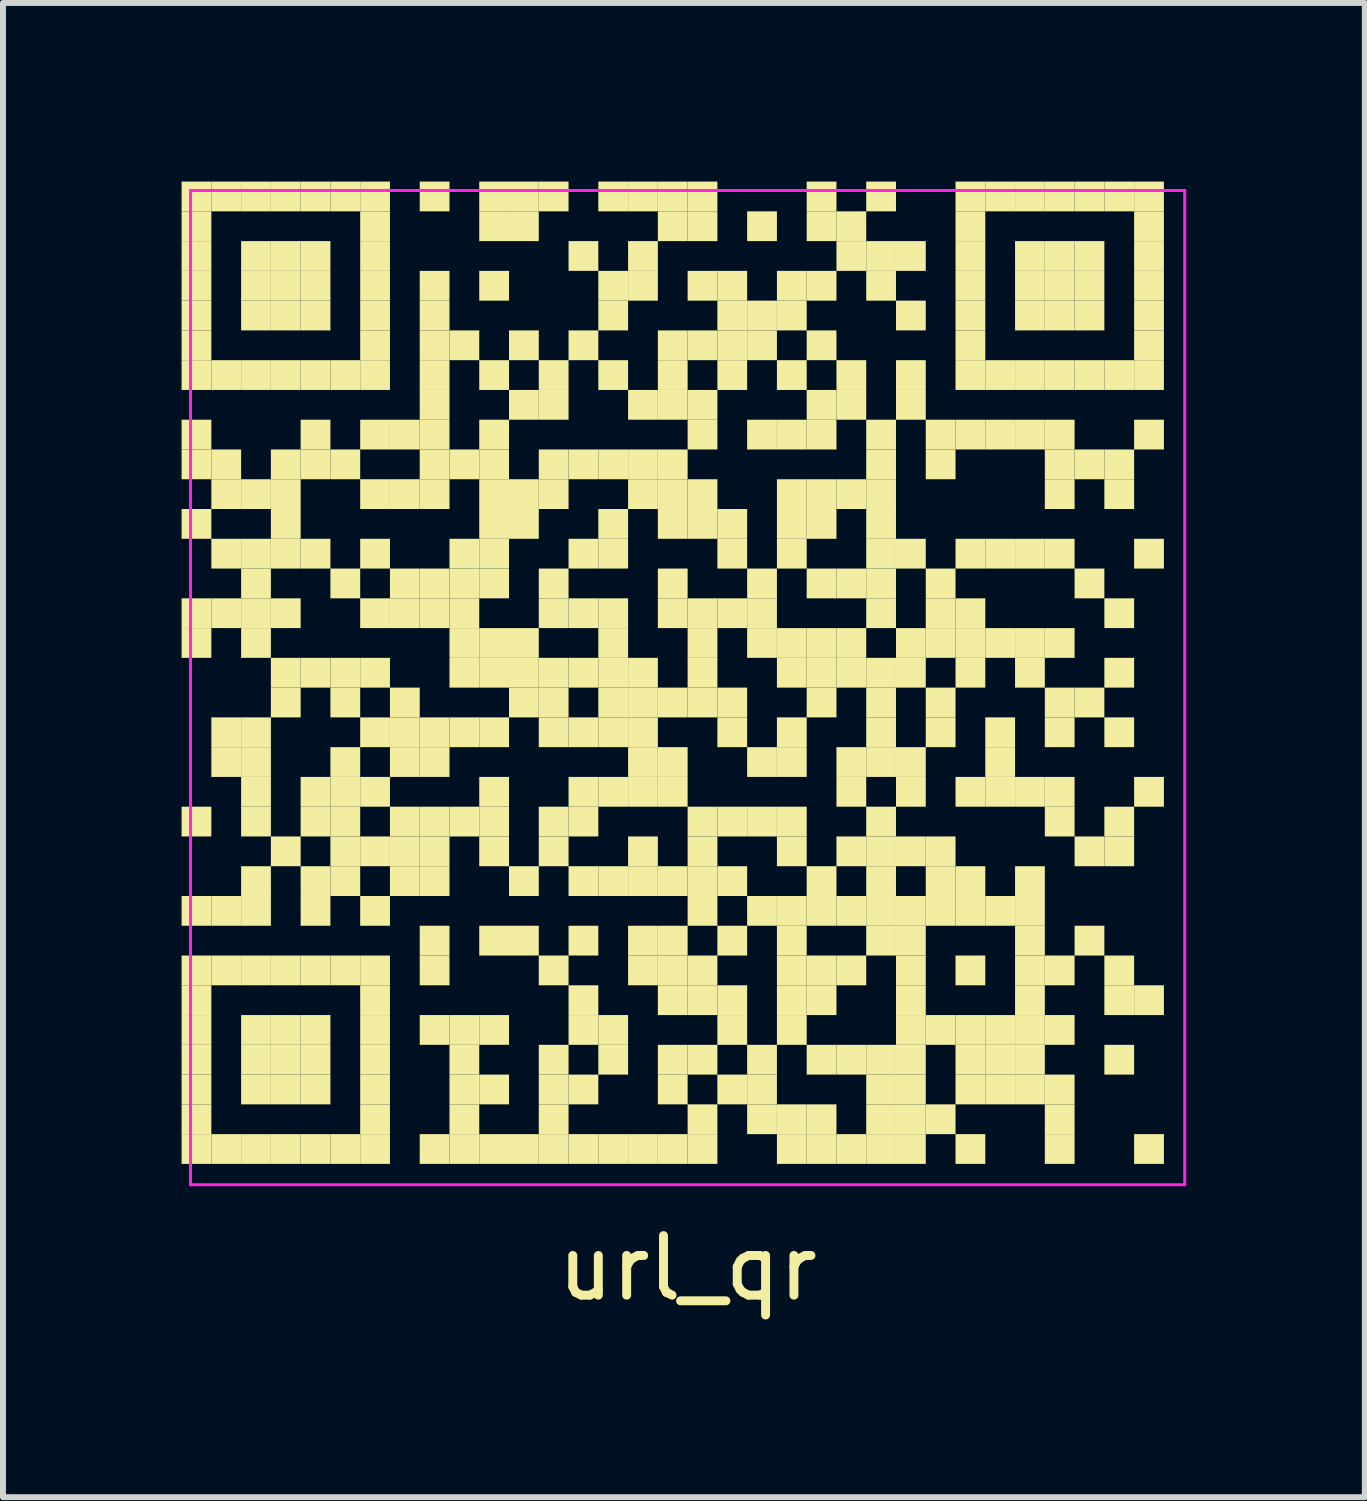
<source format=kicad_pcb>
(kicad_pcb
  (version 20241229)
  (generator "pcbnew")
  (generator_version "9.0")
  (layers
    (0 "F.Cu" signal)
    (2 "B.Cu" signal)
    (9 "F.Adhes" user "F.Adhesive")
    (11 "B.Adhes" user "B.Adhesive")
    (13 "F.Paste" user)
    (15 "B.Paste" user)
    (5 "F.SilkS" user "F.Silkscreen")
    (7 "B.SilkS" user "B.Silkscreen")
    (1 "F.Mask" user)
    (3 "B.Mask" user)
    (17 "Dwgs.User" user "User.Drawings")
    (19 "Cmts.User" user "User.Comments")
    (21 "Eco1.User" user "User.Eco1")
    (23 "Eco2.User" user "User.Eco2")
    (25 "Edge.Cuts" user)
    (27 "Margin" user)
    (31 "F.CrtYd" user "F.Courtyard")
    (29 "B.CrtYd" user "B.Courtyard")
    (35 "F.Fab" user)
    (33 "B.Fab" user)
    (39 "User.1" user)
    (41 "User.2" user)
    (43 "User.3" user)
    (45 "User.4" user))
  (footprint "url_qr"
    (layer "F.Cu")
    (at 8.5 8.5)
    (property "Reference" "url_qr" (at 0 9.75 0) (layer "F.SilkS") (effects (font (size 1 1) (thickness 0.15))))
    (attr through_hole)
    (fp_poly (pts (xy -8 -8) (xy -8 -8.5) (xy -8.5 -8.5) (xy -8.5 -8)) (stroke (width 0) (type solid)) (fill yes) (layer "F.SilkS"))
    (fp_poly (pts (xy -8 -7.5) (xy -8 -8) (xy -8.5 -8) (xy -8.5 -7.5)) (stroke (width 0) (type solid)) (fill yes) (layer "F.SilkS"))
    (fp_poly (pts (xy -8 -7) (xy -8 -7.5) (xy -8.5 -7.5) (xy -8.5 -7)) (stroke (width 0) (type solid)) (fill yes) (layer "F.SilkS"))
    (fp_poly (pts (xy -8 -6.5) (xy -8 -7) (xy -8.5 -7) (xy -8.5 -6.5)) (stroke (width 0) (type solid)) (fill yes) (layer "F.SilkS"))
    (fp_poly (pts (xy -8 -6) (xy -8 -6.5) (xy -8.5 -6.5) (xy -8.5 -6)) (stroke (width 0) (type solid)) (fill yes) (layer "F.SilkS"))
    (fp_poly (pts (xy -8 -5.5) (xy -8 -6) (xy -8.5 -6) (xy -8.5 -5.5)) (stroke (width 0) (type solid)) (fill yes) (layer "F.SilkS"))
    (fp_poly (pts (xy -8 -5) (xy -8 -5.5) (xy -8.5 -5.5) (xy -8.5 -5)) (stroke (width 0) (type solid)) (fill yes) (layer "F.SilkS"))
    (fp_poly (pts (xy -8 -4) (xy -8 -4.5) (xy -8.5 -4.5) (xy -8.5 -4)) (stroke (width 0) (type solid)) (fill yes) (layer "F.SilkS"))
    (fp_poly (pts (xy -8 -3.5) (xy -8 -4) (xy -8.5 -4) (xy -8.5 -3.5)) (stroke (width 0) (type solid)) (fill yes) (layer "F.SilkS"))
    (fp_poly (pts (xy -8 -2.5) (xy -8 -3) (xy -8.5 -3) (xy -8.5 -2.5)) (stroke (width 0) (type solid)) (fill yes) (layer "F.SilkS"))
    (fp_poly (pts (xy -8 -1) (xy -8 -1.5) (xy -8.5 -1.5) (xy -8.5 -1)) (stroke (width 0) (type solid)) (fill yes) (layer "F.SilkS"))
    (fp_poly (pts (xy -8 -0.5) (xy -8 -1) (xy -8.5 -1) (xy -8.5 -0.5)) (stroke (width 0) (type solid)) (fill yes) (layer "F.SilkS"))
    (fp_poly (pts (xy -8 2.5) (xy -8 2) (xy -8.5 2) (xy -8.5 2.5)) (stroke (width 0) (type solid)) (fill yes) (layer "F.SilkS"))
    (fp_poly (pts (xy -8 4) (xy -8 3.5) (xy -8.5 3.5) (xy -8.5 4)) (stroke (width 0) (type solid)) (fill yes) (layer "F.SilkS"))
    (fp_poly (pts (xy -8 5) (xy -8 4.5) (xy -8.5 4.5) (xy -8.5 5)) (stroke (width 0) (type solid)) (fill yes) (layer "F.SilkS"))
    (fp_poly (pts (xy -8 5.5) (xy -8 5) (xy -8.5 5) (xy -8.5 5.5)) (stroke (width 0) (type solid)) (fill yes) (layer "F.SilkS"))
    (fp_poly (pts (xy -8 6) (xy -8 5.5) (xy -8.5 5.5) (xy -8.5 6)) (stroke (width 0) (type solid)) (fill yes) (layer "F.SilkS"))
    (fp_poly (pts (xy -8 6.5) (xy -8 6) (xy -8.5 6) (xy -8.5 6.5)) (stroke (width 0) (type solid)) (fill yes) (layer "F.SilkS"))
    (fp_poly (pts (xy -8 7) (xy -8 6.5) (xy -8.5 6.5) (xy -8.5 7)) (stroke (width 0) (type solid)) (fill yes) (layer "F.SilkS"))
    (fp_poly (pts (xy -8 7.5) (xy -8 7) (xy -8.5 7) (xy -8.5 7.5)) (stroke (width 0) (type solid)) (fill yes) (layer "F.SilkS"))
    (fp_poly (pts (xy -8 8) (xy -8 7.5) (xy -8.5 7.5) (xy -8.5 8)) (stroke (width 0) (type solid)) (fill yes) (layer "F.SilkS"))
    (fp_poly (pts (xy -7.5 -8) (xy -7.5 -8.5) (xy -8 -8.5) (xy -8 -8)) (stroke (width 0) (type solid)) (fill yes) (layer "F.SilkS"))
    (fp_poly (pts (xy -7.5 -5) (xy -7.5 -5.5) (xy -8 -5.5) (xy -8 -5)) (stroke (width 0) (type solid)) (fill yes) (layer "F.SilkS"))
    (fp_poly (pts (xy -7.5 -3.5) (xy -7.5 -4) (xy -8 -4) (xy -8 -3.5)) (stroke (width 0) (type solid)) (fill yes) (layer "F.SilkS"))
    (fp_poly (pts (xy -7.5 -3) (xy -7.5 -3.5) (xy -8 -3.5) (xy -8 -3)) (stroke (width 0) (type solid)) (fill yes) (layer "F.SilkS"))
    (fp_poly (pts (xy -7.5 -2) (xy -7.5 -2.5) (xy -8 -2.5) (xy -8 -2)) (stroke (width 0) (type solid)) (fill yes) (layer "F.SilkS"))
    (fp_poly (pts (xy -7.5 -1) (xy -7.5 -1.5) (xy -8 -1.5) (xy -8 -1)) (stroke (width 0) (type solid)) (fill yes) (layer "F.SilkS"))
    (fp_poly (pts (xy -7.5 1) (xy -7.5 0.5) (xy -8 0.5) (xy -8 1)) (stroke (width 0) (type solid)) (fill yes) (layer "F.SilkS"))
    (fp_poly (pts (xy -7.5 1.5) (xy -7.5 1) (xy -8 1) (xy -8 1.5)) (stroke (width 0) (type solid)) (fill yes) (layer "F.SilkS"))
    (fp_poly (pts (xy -7.5 4) (xy -7.5 3.5) (xy -8 3.5) (xy -8 4)) (stroke (width 0) (type solid)) (fill yes) (layer "F.SilkS"))
    (fp_poly (pts (xy -7.5 5) (xy -7.5 4.5) (xy -8 4.5) (xy -8 5)) (stroke (width 0) (type solid)) (fill yes) (layer "F.SilkS"))
    (fp_poly (pts (xy -7.5 8) (xy -7.5 7.5) (xy -8 7.5) (xy -8 8)) (stroke (width 0) (type solid)) (fill yes) (layer "F.SilkS"))
    (fp_poly (pts (xy -7 -8) (xy -7 -8.5) (xy -7.5 -8.5) (xy -7.5 -8)) (stroke (width 0) (type solid)) (fill yes) (layer "F.SilkS"))
    (fp_poly (pts (xy -7 -7) (xy -7 -7.5) (xy -7.5 -7.5) (xy -7.5 -7)) (stroke (width 0) (type solid)) (fill yes) (layer "F.SilkS"))
    (fp_poly (pts (xy -7 -6.5) (xy -7 -7) (xy -7.5 -7) (xy -7.5 -6.5)) (stroke (width 0) (type solid)) (fill yes) (layer "F.SilkS"))
    (fp_poly (pts (xy -7 -6) (xy -7 -6.5) (xy -7.5 -6.5) (xy -7.5 -6)) (stroke (width 0) (type solid)) (fill yes) (layer "F.SilkS"))
    (fp_poly (pts (xy -7 -5) (xy -7 -5.5) (xy -7.5 -5.5) (xy -7.5 -5)) (stroke (width 0) (type solid)) (fill yes) (layer "F.SilkS"))
    (fp_poly (pts (xy -7 -3) (xy -7 -3.5) (xy -7.5 -3.5) (xy -7.5 -3)) (stroke (width 0) (type solid)) (fill yes) (layer "F.SilkS"))
    (fp_poly (pts (xy -7 -2) (xy -7 -2.5) (xy -7.5 -2.5) (xy -7.5 -2)) (stroke (width 0) (type solid)) (fill yes) (layer "F.SilkS"))
    (fp_poly (pts (xy -7 -1.5) (xy -7 -2) (xy -7.5 -2) (xy -7.5 -1.5)) (stroke (width 0) (type solid)) (fill yes) (layer "F.SilkS"))
    (fp_poly (pts (xy -7 -1) (xy -7 -1.5) (xy -7.5 -1.5) (xy -7.5 -1)) (stroke (width 0) (type solid)) (fill yes) (layer "F.SilkS"))
    (fp_poly (pts (xy -7 -0.5) (xy -7 -1) (xy -7.5 -1) (xy -7.5 -0.5)) (stroke (width 0) (type solid)) (fill yes) (layer "F.SilkS"))
    (fp_poly (pts (xy -7 1) (xy -7 0.5) (xy -7.5 0.5) (xy -7.5 1)) (stroke (width 0) (type solid)) (fill yes) (layer "F.SilkS"))
    (fp_poly (pts (xy -7 1.5) (xy -7 1) (xy -7.5 1) (xy -7.5 1.5)) (stroke (width 0) (type solid)) (fill yes) (layer "F.SilkS"))
    (fp_poly (pts (xy -7 2) (xy -7 1.5) (xy -7.5 1.5) (xy -7.5 2)) (stroke (width 0) (type solid)) (fill yes) (layer "F.SilkS"))
    (fp_poly (pts (xy -7 2.5) (xy -7 2) (xy -7.5 2) (xy -7.5 2.5)) (stroke (width 0) (type solid)) (fill yes) (layer "F.SilkS"))
    (fp_poly (pts (xy -7 3.5) (xy -7 3) (xy -7.5 3) (xy -7.5 3.5)) (stroke (width 0) (type solid)) (fill yes) (layer "F.SilkS"))
    (fp_poly (pts (xy -7 4) (xy -7 3.5) (xy -7.5 3.5) (xy -7.5 4)) (stroke (width 0) (type solid)) (fill yes) (layer "F.SilkS"))
    (fp_poly (pts (xy -7 5) (xy -7 4.5) (xy -7.5 4.5) (xy -7.5 5)) (stroke (width 0) (type solid)) (fill yes) (layer "F.SilkS"))
    (fp_poly (pts (xy -7 6) (xy -7 5.5) (xy -7.5 5.5) (xy -7.5 6)) (stroke (width 0) (type solid)) (fill yes) (layer "F.SilkS"))
    (fp_poly (pts (xy -7 6.5) (xy -7 6) (xy -7.5 6) (xy -7.5 6.5)) (stroke (width 0) (type solid)) (fill yes) (layer "F.SilkS"))
    (fp_poly (pts (xy -7 7) (xy -7 6.5) (xy -7.5 6.5) (xy -7.5 7)) (stroke (width 0) (type solid)) (fill yes) (layer "F.SilkS"))
    (fp_poly (pts (xy -7 8) (xy -7 7.5) (xy -7.5 7.5) (xy -7.5 8)) (stroke (width 0) (type solid)) (fill yes) (layer "F.SilkS"))
    (fp_poly (pts (xy -6.5 -8) (xy -6.5 -8.5) (xy -7 -8.5) (xy -7 -8)) (stroke (width 0) (type solid)) (fill yes) (layer "F.SilkS"))
    (fp_poly (pts (xy -6.5 -7) (xy -6.5 -7.5) (xy -7 -7.5) (xy -7 -7)) (stroke (width 0) (type solid)) (fill yes) (layer "F.SilkS"))
    (fp_poly (pts (xy -6.5 -6.5) (xy -6.5 -7) (xy -7 -7) (xy -7 -6.5)) (stroke (width 0) (type solid)) (fill yes) (layer "F.SilkS"))
    (fp_poly (pts (xy -6.5 -6) (xy -6.5 -6.5) (xy -7 -6.5) (xy -7 -6)) (stroke (width 0) (type solid)) (fill yes) (layer "F.SilkS"))
    (fp_poly (pts (xy -6.5 -5) (xy -6.5 -5.5) (xy -7 -5.5) (xy -7 -5)) (stroke (width 0) (type solid)) (fill yes) (layer "F.SilkS"))
    (fp_poly (pts (xy -6.5 -3.5) (xy -6.5 -4) (xy -7 -4) (xy -7 -3.5)) (stroke (width 0) (type solid)) (fill yes) (layer "F.SilkS"))
    (fp_poly (pts (xy -6.5 -3) (xy -6.5 -3.5) (xy -7 -3.5) (xy -7 -3)) (stroke (width 0) (type solid)) (fill yes) (layer "F.SilkS"))
    (fp_poly (pts (xy -6.5 -2.5) (xy -6.5 -3) (xy -7 -3) (xy -7 -2.5)) (stroke (width 0) (type solid)) (fill yes) (layer "F.SilkS"))
    (fp_poly (pts (xy -6.5 -2) (xy -6.5 -2.5) (xy -7 -2.5) (xy -7 -2)) (stroke (width 0) (type solid)) (fill yes) (layer "F.SilkS"))
    (fp_poly (pts (xy -6.5 -1) (xy -6.5 -1.5) (xy -7 -1.5) (xy -7 -1)) (stroke (width 0) (type solid)) (fill yes) (layer "F.SilkS"))
    (fp_poly (pts (xy -6.5 0) (xy -6.5 -0.5) (xy -7 -0.5) (xy -7 0)) (stroke (width 0) (type solid)) (fill yes) (layer "F.SilkS"))
    (fp_poly (pts (xy -6.5 0.5) (xy -6.5 0) (xy -7 0) (xy -7 0.5)) (stroke (width 0) (type solid)) (fill yes) (layer "F.SilkS"))
    (fp_poly (pts (xy -6.5 3) (xy -6.5 2.5) (xy -7 2.5) (xy -7 3)) (stroke (width 0) (type solid)) (fill yes) (layer "F.SilkS"))
    (fp_poly (pts (xy -6.5 5) (xy -6.5 4.5) (xy -7 4.5) (xy -7 5)) (stroke (width 0) (type solid)) (fill yes) (layer "F.SilkS"))
    (fp_poly (pts (xy -6.5 6) (xy -6.5 5.5) (xy -7 5.5) (xy -7 6)) (stroke (width 0) (type solid)) (fill yes) (layer "F.SilkS"))
    (fp_poly (pts (xy -6.5 6.5) (xy -6.5 6) (xy -7 6) (xy -7 6.5)) (stroke (width 0) (type solid)) (fill yes) (layer "F.SilkS"))
    (fp_poly (pts (xy -6.5 7) (xy -6.5 6.5) (xy -7 6.5) (xy -7 7)) (stroke (width 0) (type solid)) (fill yes) (layer "F.SilkS"))
    (fp_poly (pts (xy -6.5 8) (xy -6.5 7.5) (xy -7 7.5) (xy -7 8)) (stroke (width 0) (type solid)) (fill yes) (layer "F.SilkS"))
    (fp_poly (pts (xy -6 -8) (xy -6 -8.5) (xy -6.5 -8.5) (xy -6.5 -8)) (stroke (width 0) (type solid)) (fill yes) (layer "F.SilkS"))
    (fp_poly (pts (xy -6 -7) (xy -6 -7.5) (xy -6.5 -7.5) (xy -6.5 -7)) (stroke (width 0) (type solid)) (fill yes) (layer "F.SilkS"))
    (fp_poly (pts (xy -6 -6.5) (xy -6 -7) (xy -6.5 -7) (xy -6.5 -6.5)) (stroke (width 0) (type solid)) (fill yes) (layer "F.SilkS"))
    (fp_poly (pts (xy -6 -6) (xy -6 -6.5) (xy -6.5 -6.5) (xy -6.5 -6)) (stroke (width 0) (type solid)) (fill yes) (layer "F.SilkS"))
    (fp_poly (pts (xy -6 -5) (xy -6 -5.5) (xy -6.5 -5.5) (xy -6.5 -5)) (stroke (width 0) (type solid)) (fill yes) (layer "F.SilkS"))
    (fp_poly (pts (xy -6 -4) (xy -6 -4.5) (xy -6.5 -4.5) (xy -6.5 -4)) (stroke (width 0) (type solid)) (fill yes) (layer "F.SilkS"))
    (fp_poly (pts (xy -6 -3.5) (xy -6 -4) (xy -6.5 -4) (xy -6.5 -3.5)) (stroke (width 0) (type solid)) (fill yes) (layer "F.SilkS"))
    (fp_poly (pts (xy -6 -2) (xy -6 -2.5) (xy -6.5 -2.5) (xy -6.5 -2)) (stroke (width 0) (type solid)) (fill yes) (layer "F.SilkS"))
    (fp_poly (pts (xy -6 0) (xy -6 -0.5) (xy -6.5 -0.5) (xy -6.5 0)) (stroke (width 0) (type solid)) (fill yes) (layer "F.SilkS"))
    (fp_poly (pts (xy -6 2) (xy -6 1.5) (xy -6.5 1.5) (xy -6.5 2)) (stroke (width 0) (type solid)) (fill yes) (layer "F.SilkS"))
    (fp_poly (pts (xy -6 2.5) (xy -6 2) (xy -6.5 2) (xy -6.5 2.5)) (stroke (width 0) (type solid)) (fill yes) (layer "F.SilkS"))
    (fp_poly (pts (xy -6 3.5) (xy -6 3) (xy -6.5 3) (xy -6.5 3.5)) (stroke (width 0) (type solid)) (fill yes) (layer "F.SilkS"))
    (fp_poly (pts (xy -6 4) (xy -6 3.5) (xy -6.5 3.5) (xy -6.5 4)) (stroke (width 0) (type solid)) (fill yes) (layer "F.SilkS"))
    (fp_poly (pts (xy -6 5) (xy -6 4.5) (xy -6.5 4.5) (xy -6.5 5)) (stroke (width 0) (type solid)) (fill yes) (layer "F.SilkS"))
    (fp_poly (pts (xy -6 6) (xy -6 5.5) (xy -6.5 5.5) (xy -6.5 6)) (stroke (width 0) (type solid)) (fill yes) (layer "F.SilkS"))
    (fp_poly (pts (xy -6 6.5) (xy -6 6) (xy -6.5 6) (xy -6.5 6.5)) (stroke (width 0) (type solid)) (fill yes) (layer "F.SilkS"))
    (fp_poly (pts (xy -6 7) (xy -6 6.5) (xy -6.5 6.5) (xy -6.5 7)) (stroke (width 0) (type solid)) (fill yes) (layer "F.SilkS"))
    (fp_poly (pts (xy -6 8) (xy -6 7.5) (xy -6.5 7.5) (xy -6.5 8)) (stroke (width 0) (type solid)) (fill yes) (layer "F.SilkS"))
    (fp_poly (pts (xy -5.5 -8) (xy -5.5 -8.5) (xy -6 -8.5) (xy -6 -8)) (stroke (width 0) (type solid)) (fill yes) (layer "F.SilkS"))
    (fp_poly (pts (xy -5.5 -5) (xy -5.5 -5.5) (xy -6 -5.5) (xy -6 -5)) (stroke (width 0) (type solid)) (fill yes) (layer "F.SilkS"))
    (fp_poly (pts (xy -5.5 -3.5) (xy -5.5 -4) (xy -6 -4) (xy -6 -3.5)) (stroke (width 0) (type solid)) (fill yes) (layer "F.SilkS"))
    (fp_poly (pts (xy -5.5 -1.5) (xy -5.5 -2) (xy -6 -2) (xy -6 -1.5)) (stroke (width 0) (type solid)) (fill yes) (layer "F.SilkS"))
    (fp_poly (pts (xy -5.5 0) (xy -5.5 -0.5) (xy -6 -0.5) (xy -6 0)) (stroke (width 0) (type solid)) (fill yes) (layer "F.SilkS"))
    (fp_poly (pts (xy -5.5 0.5) (xy -5.5 0) (xy -6 0) (xy -6 0.5)) (stroke (width 0) (type solid)) (fill yes) (layer "F.SilkS"))
    (fp_poly (pts (xy -5.5 1.5) (xy -5.5 1) (xy -6 1) (xy -6 1.5)) (stroke (width 0) (type solid)) (fill yes) (layer "F.SilkS"))
    (fp_poly (pts (xy -5.5 2) (xy -5.5 1.5) (xy -6 1.5) (xy -6 2)) (stroke (width 0) (type solid)) (fill yes) (layer "F.SilkS"))
    (fp_poly (pts (xy -5.5 2.5) (xy -5.5 2) (xy -6 2) (xy -6 2.5)) (stroke (width 0) (type solid)) (fill yes) (layer "F.SilkS"))
    (fp_poly (pts (xy -5.5 3) (xy -5.5 2.5) (xy -6 2.5) (xy -6 3)) (stroke (width 0) (type solid)) (fill yes) (layer "F.SilkS"))
    (fp_poly (pts (xy -5.5 3.5) (xy -5.5 3) (xy -6 3) (xy -6 3.5)) (stroke (width 0) (type solid)) (fill yes) (layer "F.SilkS"))
    (fp_poly (pts (xy -5.5 5) (xy -5.5 4.5) (xy -6 4.5) (xy -6 5)) (stroke (width 0) (type solid)) (fill yes) (layer "F.SilkS"))
    (fp_poly (pts (xy -5.5 8) (xy -5.5 7.5) (xy -6 7.5) (xy -6 8)) (stroke (width 0) (type solid)) (fill yes) (layer "F.SilkS"))
    (fp_poly (pts (xy -5 -8) (xy -5 -8.5) (xy -5.5 -8.5) (xy -5.5 -8)) (stroke (width 0) (type solid)) (fill yes) (layer "F.SilkS"))
    (fp_poly (pts (xy -5 -7.5) (xy -5 -8) (xy -5.5 -8) (xy -5.5 -7.5)) (stroke (width 0) (type solid)) (fill yes) (layer "F.SilkS"))
    (fp_poly (pts (xy -5 -7) (xy -5 -7.5) (xy -5.5 -7.5) (xy -5.5 -7)) (stroke (width 0) (type solid)) (fill yes) (layer "F.SilkS"))
    (fp_poly (pts (xy -5 -6.5) (xy -5 -7) (xy -5.5 -7) (xy -5.5 -6.5)) (stroke (width 0) (type solid)) (fill yes) (layer "F.SilkS"))
    (fp_poly (pts (xy -5 -6) (xy -5 -6.5) (xy -5.5 -6.5) (xy -5.5 -6)) (stroke (width 0) (type solid)) (fill yes) (layer "F.SilkS"))
    (fp_poly (pts (xy -5 -5.5) (xy -5 -6) (xy -5.5 -6) (xy -5.5 -5.5)) (stroke (width 0) (type solid)) (fill yes) (layer "F.SilkS"))
    (fp_poly (pts (xy -5 -5) (xy -5 -5.5) (xy -5.5 -5.5) (xy -5.5 -5)) (stroke (width 0) (type solid)) (fill yes) (layer "F.SilkS"))
    (fp_poly (pts (xy -5 -4) (xy -5 -4.5) (xy -5.5 -4.5) (xy -5.5 -4)) (stroke (width 0) (type solid)) (fill yes) (layer "F.SilkS"))
    (fp_poly (pts (xy -5 -3) (xy -5 -3.5) (xy -5.5 -3.5) (xy -5.5 -3)) (stroke (width 0) (type solid)) (fill yes) (layer "F.SilkS"))
    (fp_poly (pts (xy -5 -2) (xy -5 -2.5) (xy -5.5 -2.5) (xy -5.5 -2)) (stroke (width 0) (type solid)) (fill yes) (layer "F.SilkS"))
    (fp_poly (pts (xy -5 -1) (xy -5 -1.5) (xy -5.5 -1.5) (xy -5.5 -1)) (stroke (width 0) (type solid)) (fill yes) (layer "F.SilkS"))
    (fp_poly (pts (xy -5 0) (xy -5 -0.5) (xy -5.5 -0.5) (xy -5.5 0)) (stroke (width 0) (type solid)) (fill yes) (layer "F.SilkS"))
    (fp_poly (pts (xy -5 1) (xy -5 0.5) (xy -5.5 0.5) (xy -5.5 1)) (stroke (width 0) (type solid)) (fill yes) (layer "F.SilkS"))
    (fp_poly (pts (xy -5 2) (xy -5 1.5) (xy -5.5 1.5) (xy -5.5 2)) (stroke (width 0) (type solid)) (fill yes) (layer "F.SilkS"))
    (fp_poly (pts (xy -5 3) (xy -5 2.5) (xy -5.5 2.5) (xy -5.5 3)) (stroke (width 0) (type solid)) (fill yes) (layer "F.SilkS"))
    (fp_poly (pts (xy -5 4) (xy -5 3.5) (xy -5.5 3.5) (xy -5.5 4)) (stroke (width 0) (type solid)) (fill yes) (layer "F.SilkS"))
    (fp_poly (pts (xy -5 5) (xy -5 4.5) (xy -5.5 4.5) (xy -5.5 5)) (stroke (width 0) (type solid)) (fill yes) (layer "F.SilkS"))
    (fp_poly (pts (xy -5 5.5) (xy -5 5) (xy -5.5 5) (xy -5.5 5.5)) (stroke (width 0) (type solid)) (fill yes) (layer "F.SilkS"))
    (fp_poly (pts (xy -5 6) (xy -5 5.5) (xy -5.5 5.5) (xy -5.5 6)) (stroke (width 0) (type solid)) (fill yes) (layer "F.SilkS"))
    (fp_poly (pts (xy -5 6.5) (xy -5 6) (xy -5.5 6) (xy -5.5 6.5)) (stroke (width 0) (type solid)) (fill yes) (layer "F.SilkS"))
    (fp_poly (pts (xy -5 7) (xy -5 6.5) (xy -5.5 6.5) (xy -5.5 7)) (stroke (width 0) (type solid)) (fill yes) (layer "F.SilkS"))
    (fp_poly (pts (xy -5 7.5) (xy -5 7) (xy -5.5 7) (xy -5.5 7.5)) (stroke (width 0) (type solid)) (fill yes) (layer "F.SilkS"))
    (fp_poly (pts (xy -5 8) (xy -5 7.5) (xy -5.5 7.5) (xy -5.5 8)) (stroke (width 0) (type solid)) (fill yes) (layer "F.SilkS"))
    (fp_poly (pts (xy -4.5 -4) (xy -4.5 -4.5) (xy -5 -4.5) (xy -5 -4)) (stroke (width 0) (type solid)) (fill yes) (layer "F.SilkS"))
    (fp_poly (pts (xy -4.5 -3) (xy -4.5 -3.5) (xy -5 -3.5) (xy -5 -3)) (stroke (width 0) (type solid)) (fill yes) (layer "F.SilkS"))
    (fp_poly (pts (xy -4.5 -1.5) (xy -4.5 -2) (xy -5 -2) (xy -5 -1.5)) (stroke (width 0) (type solid)) (fill yes) (layer "F.SilkS"))
    (fp_poly (pts (xy -4.5 -1) (xy -4.5 -1.5) (xy -5 -1.5) (xy -5 -1)) (stroke (width 0) (type solid)) (fill yes) (layer "F.SilkS"))
    (fp_poly (pts (xy -4.5 0.5) (xy -4.5 0) (xy -5 0) (xy -5 0.5)) (stroke (width 0) (type solid)) (fill yes) (layer "F.SilkS"))
    (fp_poly (pts (xy -4.5 1) (xy -4.5 0.5) (xy -5 0.5) (xy -5 1)) (stroke (width 0) (type solid)) (fill yes) (layer "F.SilkS"))
    (fp_poly (pts (xy -4.5 1.5) (xy -4.5 1) (xy -5 1) (xy -5 1.5)) (stroke (width 0) (type solid)) (fill yes) (layer "F.SilkS"))
    (fp_poly (pts (xy -4.5 2.5) (xy -4.5 2) (xy -5 2) (xy -5 2.5)) (stroke (width 0) (type solid)) (fill yes) (layer "F.SilkS"))
    (fp_poly (pts (xy -4.5 3) (xy -4.5 2.5) (xy -5 2.5) (xy -5 3)) (stroke (width 0) (type solid)) (fill yes) (layer "F.SilkS"))
    (fp_poly (pts (xy -4.5 3.5) (xy -4.5 3) (xy -5 3) (xy -5 3.5)) (stroke (width 0) (type solid)) (fill yes) (layer "F.SilkS"))
    (fp_poly (pts (xy -4 -8) (xy -4 -8.5) (xy -4.5 -8.5) (xy -4.5 -8)) (stroke (width 0) (type solid)) (fill yes) (layer "F.SilkS"))
    (fp_poly (pts (xy -4 -6.5) (xy -4 -7) (xy -4.5 -7) (xy -4.5 -6.5)) (stroke (width 0) (type solid)) (fill yes) (layer "F.SilkS"))
    (fp_poly (pts (xy -4 -6) (xy -4 -6.5) (xy -4.5 -6.5) (xy -4.5 -6)) (stroke (width 0) (type solid)) (fill yes) (layer "F.SilkS"))
    (fp_poly (pts (xy -4 -5.5) (xy -4 -6) (xy -4.5 -6) (xy -4.5 -5.5)) (stroke (width 0) (type solid)) (fill yes) (layer "F.SilkS"))
    (fp_poly (pts (xy -4 -5) (xy -4 -5.5) (xy -4.5 -5.5) (xy -4.5 -5)) (stroke (width 0) (type solid)) (fill yes) (layer "F.SilkS"))
    (fp_poly (pts (xy -4 -4.5) (xy -4 -5) (xy -4.5 -5) (xy -4.5 -4.5)) (stroke (width 0) (type solid)) (fill yes) (layer "F.SilkS"))
    (fp_poly (pts (xy -4 -4) (xy -4 -4.5) (xy -4.5 -4.5) (xy -4.5 -4)) (stroke (width 0) (type solid)) (fill yes) (layer "F.SilkS"))
    (fp_poly (pts (xy -4 -3.5) (xy -4 -4) (xy -4.5 -4) (xy -4.5 -3.5)) (stroke (width 0) (type solid)) (fill yes) (layer "F.SilkS"))
    (fp_poly (pts (xy -4 -3) (xy -4 -3.5) (xy -4.5 -3.5) (xy -4.5 -3)) (stroke (width 0) (type solid)) (fill yes) (layer "F.SilkS"))
    (fp_poly (pts (xy -4 -1.5) (xy -4 -2) (xy -4.5 -2) (xy -4.5 -1.5)) (stroke (width 0) (type solid)) (fill yes) (layer "F.SilkS"))
    (fp_poly (pts (xy -4 -1) (xy -4 -1.5) (xy -4.5 -1.5) (xy -4.5 -1)) (stroke (width 0) (type solid)) (fill yes) (layer "F.SilkS"))
    (fp_poly (pts (xy -4 1) (xy -4 0.5) (xy -4.5 0.5) (xy -4.5 1)) (stroke (width 0) (type solid)) (fill yes) (layer "F.SilkS"))
    (fp_poly (pts (xy -4 1.5) (xy -4 1) (xy -4.5 1) (xy -4.5 1.5)) (stroke (width 0) (type solid)) (fill yes) (layer "F.SilkS"))
    (fp_poly (pts (xy -4 2.5) (xy -4 2) (xy -4.5 2) (xy -4.5 2.5)) (stroke (width 0) (type solid)) (fill yes) (layer "F.SilkS"))
    (fp_poly (pts (xy -4 3) (xy -4 2.5) (xy -4.5 2.5) (xy -4.5 3)) (stroke (width 0) (type solid)) (fill yes) (layer "F.SilkS"))
    (fp_poly (pts (xy -4 3.5) (xy -4 3) (xy -4.5 3) (xy -4.5 3.5)) (stroke (width 0) (type solid)) (fill yes) (layer "F.SilkS"))
    (fp_poly (pts (xy -4 4.5) (xy -4 4) (xy -4.5 4) (xy -4.5 4.5)) (stroke (width 0) (type solid)) (fill yes) (layer "F.SilkS"))
    (fp_poly (pts (xy -4 5) (xy -4 4.5) (xy -4.5 4.5) (xy -4.5 5)) (stroke (width 0) (type solid)) (fill yes) (layer "F.SilkS"))
    (fp_poly (pts (xy -4 6) (xy -4 5.5) (xy -4.5 5.5) (xy -4.5 6)) (stroke (width 0) (type solid)) (fill yes) (layer "F.SilkS"))
    (fp_poly (pts (xy -4 8) (xy -4 7.5) (xy -4.5 7.5) (xy -4.5 8)) (stroke (width 0) (type solid)) (fill yes) (layer "F.SilkS"))
    (fp_poly (pts (xy -3.5 -5.5) (xy -3.5 -6) (xy -4 -6) (xy -4 -5.5)) (stroke (width 0) (type solid)) (fill yes) (layer "F.SilkS"))
    (fp_poly (pts (xy -3.5 -3.5) (xy -3.5 -4) (xy -4 -4) (xy -4 -3.5)) (stroke (width 0) (type solid)) (fill yes) (layer "F.SilkS"))
    (fp_poly (pts (xy -3.5 -2) (xy -3.5 -2.5) (xy -4 -2.5) (xy -4 -2)) (stroke (width 0) (type solid)) (fill yes) (layer "F.SilkS"))
    (fp_poly (pts (xy -3.5 -1.5) (xy -3.5 -2) (xy -4 -2) (xy -4 -1.5)) (stroke (width 0) (type solid)) (fill yes) (layer "F.SilkS"))
    (fp_poly (pts (xy -3.5 -1) (xy -3.5 -1.5) (xy -4 -1.5) (xy -4 -1)) (stroke (width 0) (type solid)) (fill yes) (layer "F.SilkS"))
    (fp_poly (pts (xy -3.5 -0.5) (xy -3.5 -1) (xy -4 -1) (xy -4 -0.5)) (stroke (width 0) (type solid)) (fill yes) (layer "F.SilkS"))
    (fp_poly (pts (xy -3.5 0) (xy -3.5 -0.5) (xy -4 -0.5) (xy -4 0)) (stroke (width 0) (type solid)) (fill yes) (layer "F.SilkS"))
    (fp_poly (pts (xy -3.5 1) (xy -3.5 0.5) (xy -4 0.5) (xy -4 1)) (stroke (width 0) (type solid)) (fill yes) (layer "F.SilkS"))
    (fp_poly (pts (xy -3.5 2.5) (xy -3.5 2) (xy -4 2) (xy -4 2.5)) (stroke (width 0) (type solid)) (fill yes) (layer "F.SilkS"))
    (fp_poly (pts (xy -3.5 6) (xy -3.5 5.5) (xy -4 5.5) (xy -4 6)) (stroke (width 0) (type solid)) (fill yes) (layer "F.SilkS"))
    (fp_poly (pts (xy -3.5 6.5) (xy -3.5 6) (xy -4 6) (xy -4 6.5)) (stroke (width 0) (type solid)) (fill yes) (layer "F.SilkS"))
    (fp_poly (pts (xy -3.5 7) (xy -3.5 6.5) (xy -4 6.5) (xy -4 7)) (stroke (width 0) (type solid)) (fill yes) (layer "F.SilkS"))
    (fp_poly (pts (xy -3.5 7.5) (xy -3.5 7) (xy -4 7) (xy -4 7.5)) (stroke (width 0) (type solid)) (fill yes) (layer "F.SilkS"))
    (fp_poly (pts (xy -3.5 8) (xy -3.5 7.5) (xy -4 7.5) (xy -4 8)) (stroke (width 0) (type solid)) (fill yes) (layer "F.SilkS"))
    (fp_poly (pts (xy -3 -8) (xy -3 -8.5) (xy -3.5 -8.5) (xy -3.5 -8)) (stroke (width 0) (type solid)) (fill yes) (layer "F.SilkS"))
    (fp_poly (pts (xy -3 -7.5) (xy -3 -8) (xy -3.5 -8) (xy -3.5 -7.5)) (stroke (width 0) (type solid)) (fill yes) (layer "F.SilkS"))
    (fp_poly (pts (xy -3 -6.5) (xy -3 -7) (xy -3.5 -7) (xy -3.5 -6.5)) (stroke (width 0) (type solid)) (fill yes) (layer "F.SilkS"))
    (fp_poly (pts (xy -3 -5) (xy -3 -5.5) (xy -3.5 -5.5) (xy -3.5 -5)) (stroke (width 0) (type solid)) (fill yes) (layer "F.SilkS"))
    (fp_poly (pts (xy -3 -4) (xy -3 -4.5) (xy -3.5 -4.5) (xy -3.5 -4)) (stroke (width 0) (type solid)) (fill yes) (layer "F.SilkS"))
    (fp_poly (pts (xy -3 -3.5) (xy -3 -4) (xy -3.5 -4) (xy -3.5 -3.5)) (stroke (width 0) (type solid)) (fill yes) (layer "F.SilkS"))
    (fp_poly (pts (xy -3 -3) (xy -3 -3.5) (xy -3.5 -3.5) (xy -3.5 -3)) (stroke (width 0) (type solid)) (fill yes) (layer "F.SilkS"))
    (fp_poly (pts (xy -3 -2.5) (xy -3 -3) (xy -3.5 -3) (xy -3.5 -2.5)) (stroke (width 0) (type solid)) (fill yes) (layer "F.SilkS"))
    (fp_poly (pts (xy -3 -2) (xy -3 -2.5) (xy -3.5 -2.5) (xy -3.5 -2)) (stroke (width 0) (type solid)) (fill yes) (layer "F.SilkS"))
    (fp_poly (pts (xy -3 -1.5) (xy -3 -2) (xy -3.5 -2) (xy -3.5 -1.5)) (stroke (width 0) (type solid)) (fill yes) (layer "F.SilkS"))
    (fp_poly (pts (xy -3 -0.5) (xy -3 -1) (xy -3.5 -1) (xy -3.5 -0.5)) (stroke (width 0) (type solid)) (fill yes) (layer "F.SilkS"))
    (fp_poly (pts (xy -3 0) (xy -3 -0.5) (xy -3.5 -0.5) (xy -3.5 0)) (stroke (width 0) (type solid)) (fill yes) (layer "F.SilkS"))
    (fp_poly (pts (xy -3 1) (xy -3 0.5) (xy -3.5 0.5) (xy -3.5 1)) (stroke (width 0) (type solid)) (fill yes) (layer "F.SilkS"))
    (fp_poly (pts (xy -3 2) (xy -3 1.5) (xy -3.5 1.5) (xy -3.5 2)) (stroke (width 0) (type solid)) (fill yes) (layer "F.SilkS"))
    (fp_poly (pts (xy -3 2.5) (xy -3 2) (xy -3.5 2) (xy -3.5 2.5)) (stroke (width 0) (type solid)) (fill yes) (layer "F.SilkS"))
    (fp_poly (pts (xy -3 3) (xy -3 2.5) (xy -3.5 2.5) (xy -3.5 3)) (stroke (width 0) (type solid)) (fill yes) (layer "F.SilkS"))
    (fp_poly (pts (xy -3 4.5) (xy -3 4) (xy -3.5 4) (xy -3.5 4.5)) (stroke (width 0) (type solid)) (fill yes) (layer "F.SilkS"))
    (fp_poly (pts (xy -3 6) (xy -3 5.5) (xy -3.5 5.5) (xy -3.5 6)) (stroke (width 0) (type solid)) (fill yes) (layer "F.SilkS"))
    (fp_poly (pts (xy -3 7) (xy -3 6.5) (xy -3.5 6.5) (xy -3.5 7)) (stroke (width 0) (type solid)) (fill yes) (layer "F.SilkS"))
    (fp_poly (pts (xy -3 8) (xy -3 7.5) (xy -3.5 7.5) (xy -3.5 8)) (stroke (width 0) (type solid)) (fill yes) (layer "F.SilkS"))
    (fp_poly (pts (xy -2.5 -8) (xy -2.5 -8.5) (xy -3 -8.5) (xy -3 -8)) (stroke (width 0) (type solid)) (fill yes) (layer "F.SilkS"))
    (fp_poly (pts (xy -2.5 -7.5) (xy -2.5 -8) (xy -3 -8) (xy -3 -7.5)) (stroke (width 0) (type solid)) (fill yes) (layer "F.SilkS"))
    (fp_poly (pts (xy -2.5 -5.5) (xy -2.5 -6) (xy -3 -6) (xy -3 -5.5)) (stroke (width 0) (type solid)) (fill yes) (layer "F.SilkS"))
    (fp_poly (pts (xy -2.5 -4.5) (xy -2.5 -5) (xy -3 -5) (xy -3 -4.5)) (stroke (width 0) (type solid)) (fill yes) (layer "F.SilkS"))
    (fp_poly (pts (xy -2.5 -3) (xy -2.5 -3.5) (xy -3 -3.5) (xy -3 -3)) (stroke (width 0) (type solid)) (fill yes) (layer "F.SilkS"))
    (fp_poly (pts (xy -2.5 -2.5) (xy -2.5 -3) (xy -3 -3) (xy -3 -2.5)) (stroke (width 0) (type solid)) (fill yes) (layer "F.SilkS"))
    (fp_poly (pts (xy -2.5 -0.5) (xy -2.5 -1) (xy -3 -1) (xy -3 -0.5)) (stroke (width 0) (type solid)) (fill yes) (layer "F.SilkS"))
    (fp_poly (pts (xy -2.5 0) (xy -2.5 -0.5) (xy -3 -0.5) (xy -3 0)) (stroke (width 0) (type solid)) (fill yes) (layer "F.SilkS"))
    (fp_poly (pts (xy -2.5 0.5) (xy -2.5 0) (xy -3 0) (xy -3 0.5)) (stroke (width 0) (type solid)) (fill yes) (layer "F.SilkS"))
    (fp_poly (pts (xy -2.5 3.5) (xy -2.5 3) (xy -3 3) (xy -3 3.5)) (stroke (width 0) (type solid)) (fill yes) (layer "F.SilkS"))
    (fp_poly (pts (xy -2.5 4.5) (xy -2.5 4) (xy -3 4) (xy -3 4.5)) (stroke (width 0) (type solid)) (fill yes) (layer "F.SilkS"))
    (fp_poly (pts (xy -2.5 8) (xy -2.5 7.5) (xy -3 7.5) (xy -3 8)) (stroke (width 0) (type solid)) (fill yes) (layer "F.SilkS"))
    (fp_poly (pts (xy -2 -8) (xy -2 -8.5) (xy -2.5 -8.5) (xy -2.5 -8)) (stroke (width 0) (type solid)) (fill yes) (layer "F.SilkS"))
    (fp_poly (pts (xy -2 -5) (xy -2 -5.5) (xy -2.5 -5.5) (xy -2.5 -5)) (stroke (width 0) (type solid)) (fill yes) (layer "F.SilkS"))
    (fp_poly (pts (xy -2 -4.5) (xy -2 -5) (xy -2.5 -5) (xy -2.5 -4.5)) (stroke (width 0) (type solid)) (fill yes) (layer "F.SilkS"))
    (fp_poly (pts (xy -2 -3.5) (xy -2 -4) (xy -2.5 -4) (xy -2.5 -3.5)) (stroke (width 0) (type solid)) (fill yes) (layer "F.SilkS"))
    (fp_poly (pts (xy -2 -3) (xy -2 -3.5) (xy -2.5 -3.5) (xy -2.5 -3)) (stroke (width 0) (type solid)) (fill yes) (layer "F.SilkS"))
    (fp_poly (pts (xy -2 -1.5) (xy -2 -2) (xy -2.5 -2) (xy -2.5 -1.5)) (stroke (width 0) (type solid)) (fill yes) (layer "F.SilkS"))
    (fp_poly (pts (xy -2 -1) (xy -2 -1.5) (xy -2.5 -1.5) (xy -2.5 -1)) (stroke (width 0) (type solid)) (fill yes) (layer "F.SilkS"))
    (fp_poly (pts (xy -2 0) (xy -2 -0.5) (xy -2.5 -0.5) (xy -2.5 0)) (stroke (width 0) (type solid)) (fill yes) (layer "F.SilkS"))
    (fp_poly (pts (xy -2 0.5) (xy -2 0) (xy -2.5 0) (xy -2.5 0.5)) (stroke (width 0) (type solid)) (fill yes) (layer "F.SilkS"))
    (fp_poly (pts (xy -2 1) (xy -2 0.5) (xy -2.5 0.5) (xy -2.5 1)) (stroke (width 0) (type solid)) (fill yes) (layer "F.SilkS"))
    (fp_poly (pts (xy -2 2.5) (xy -2 2) (xy -2.5 2) (xy -2.5 2.5)) (stroke (width 0) (type solid)) (fill yes) (layer "F.SilkS"))
    (fp_poly (pts (xy -2 3) (xy -2 2.5) (xy -2.5 2.5) (xy -2.5 3)) (stroke (width 0) (type solid)) (fill yes) (layer "F.SilkS"))
    (fp_poly (pts (xy -2 5) (xy -2 4.5) (xy -2.5 4.5) (xy -2.5 5)) (stroke (width 0) (type solid)) (fill yes) (layer "F.SilkS"))
    (fp_poly (pts (xy -2 6.5) (xy -2 6) (xy -2.5 6) (xy -2.5 6.5)) (stroke (width 0) (type solid)) (fill yes) (layer "F.SilkS"))
    (fp_poly (pts (xy -2 7) (xy -2 6.5) (xy -2.5 6.5) (xy -2.5 7)) (stroke (width 0) (type solid)) (fill yes) (layer "F.SilkS"))
    (fp_poly (pts (xy -2 7.5) (xy -2 7) (xy -2.5 7) (xy -2.5 7.5)) (stroke (width 0) (type solid)) (fill yes) (layer "F.SilkS"))
    (fp_poly (pts (xy -2 8) (xy -2 7.5) (xy -2.5 7.5) (xy -2.5 8)) (stroke (width 0) (type solid)) (fill yes) (layer "F.SilkS"))
    (fp_poly (pts (xy -1.5 -7) (xy -1.5 -7.5) (xy -2 -7.5) (xy -2 -7)) (stroke (width 0) (type solid)) (fill yes) (layer "F.SilkS"))
    (fp_poly (pts (xy -1.5 -5.5) (xy -1.5 -6) (xy -2 -6) (xy -2 -5.5)) (stroke (width 0) (type solid)) (fill yes) (layer "F.SilkS"))
    (fp_poly (pts (xy -1.5 -3.5) (xy -1.5 -4) (xy -2 -4) (xy -2 -3.5)) (stroke (width 0) (type solid)) (fill yes) (layer "F.SilkS"))
    (fp_poly (pts (xy -1.5 -2) (xy -1.5 -2.5) (xy -2 -2.5) (xy -2 -2)) (stroke (width 0) (type solid)) (fill yes) (layer "F.SilkS"))
    (fp_poly (pts (xy -1.5 -1) (xy -1.5 -1.5) (xy -2 -1.5) (xy -2 -1)) (stroke (width 0) (type solid)) (fill yes) (layer "F.SilkS"))
    (fp_poly (pts (xy -1.5 0) (xy -1.5 -0.5) (xy -2 -0.5) (xy -2 0)) (stroke (width 0) (type solid)) (fill yes) (layer "F.SilkS"))
    (fp_poly (pts (xy -1.5 1) (xy -1.5 0.5) (xy -2 0.5) (xy -2 1)) (stroke (width 0) (type solid)) (fill yes) (layer "F.SilkS"))
    (fp_poly (pts (xy -1.5 2) (xy -1.5 1.5) (xy -2 1.5) (xy -2 2)) (stroke (width 0) (type solid)) (fill yes) (layer "F.SilkS"))
    (fp_poly (pts (xy -1.5 2.5) (xy -1.5 2) (xy -2 2) (xy -2 2.5)) (stroke (width 0) (type solid)) (fill yes) (layer "F.SilkS"))
    (fp_poly (pts (xy -1.5 3.5) (xy -1.5 3) (xy -2 3) (xy -2 3.5)) (stroke (width 0) (type solid)) (fill yes) (layer "F.SilkS"))
    (fp_poly (pts (xy -1.5 4.5) (xy -1.5 4) (xy -2 4) (xy -2 4.5)) (stroke (width 0) (type solid)) (fill yes) (layer "F.SilkS"))
    (fp_poly (pts (xy -1.5 5.5) (xy -1.5 5) (xy -2 5) (xy -2 5.5)) (stroke (width 0) (type solid)) (fill yes) (layer "F.SilkS"))
    (fp_poly (pts (xy -1.5 6) (xy -1.5 5.5) (xy -2 5.5) (xy -2 6)) (stroke (width 0) (type solid)) (fill yes) (layer "F.SilkS"))
    (fp_poly (pts (xy -1.5 7) (xy -1.5 6.5) (xy -2 6.5) (xy -2 7)) (stroke (width 0) (type solid)) (fill yes) (layer "F.SilkS"))
    (fp_poly (pts (xy -1.5 8) (xy -1.5 7.5) (xy -2 7.5) (xy -2 8)) (stroke (width 0) (type solid)) (fill yes) (layer "F.SilkS"))
    (fp_poly (pts (xy -1 -8) (xy -1 -8.5) (xy -1.5 -8.5) (xy -1.5 -8)) (stroke (width 0) (type solid)) (fill yes) (layer "F.SilkS"))
    (fp_poly (pts (xy -1 -6.5) (xy -1 -7) (xy -1.5 -7) (xy -1.5 -6.5)) (stroke (width 0) (type solid)) (fill yes) (layer "F.SilkS"))
    (fp_poly (pts (xy -1 -6) (xy -1 -6.5) (xy -1.5 -6.5) (xy -1.5 -6)) (stroke (width 0) (type solid)) (fill yes) (layer "F.SilkS"))
    (fp_poly (pts (xy -1 -5) (xy -1 -5.5) (xy -1.5 -5.5) (xy -1.5 -5)) (stroke (width 0) (type solid)) (fill yes) (layer "F.SilkS"))
    (fp_poly (pts (xy -1 -3.5) (xy -1 -4) (xy -1.5 -4) (xy -1.5 -3.5)) (stroke (width 0) (type solid)) (fill yes) (layer "F.SilkS"))
    (fp_poly (pts (xy -1 -2.5) (xy -1 -3) (xy -1.5 -3) (xy -1.5 -2.5)) (stroke (width 0) (type solid)) (fill yes) (layer "F.SilkS"))
    (fp_poly (pts (xy -1 -2) (xy -1 -2.5) (xy -1.5 -2.5) (xy -1.5 -2)) (stroke (width 0) (type solid)) (fill yes) (layer "F.SilkS"))
    (fp_poly (pts (xy -1 -1) (xy -1 -1.5) (xy -1.5 -1.5) (xy -1.5 -1)) (stroke (width 0) (type solid)) (fill yes) (layer "F.SilkS"))
    (fp_poly (pts (xy -1 -0.5) (xy -1 -1) (xy -1.5 -1) (xy -1.5 -0.5)) (stroke (width 0) (type solid)) (fill yes) (layer "F.SilkS"))
    (fp_poly (pts (xy -1 0) (xy -1 -0.5) (xy -1.5 -0.5) (xy -1.5 0)) (stroke (width 0) (type solid)) (fill yes) (layer "F.SilkS"))
    (fp_poly (pts (xy -1 0.5) (xy -1 0) (xy -1.5 0) (xy -1.5 0.5)) (stroke (width 0) (type solid)) (fill yes) (layer "F.SilkS"))
    (fp_poly (pts (xy -1 1) (xy -1 0.5) (xy -1.5 0.5) (xy -1.5 1)) (stroke (width 0) (type solid)) (fill yes) (layer "F.SilkS"))
    (fp_poly (pts (xy -1 2) (xy -1 1.5) (xy -1.5 1.5) (xy -1.5 2)) (stroke (width 0) (type solid)) (fill yes) (layer "F.SilkS"))
    (fp_poly (pts (xy -1 3.5) (xy -1 3) (xy -1.5 3) (xy -1.5 3.5)) (stroke (width 0) (type solid)) (fill yes) (layer "F.SilkS"))
    (fp_poly (pts (xy -1 6) (xy -1 5.5) (xy -1.5 5.5) (xy -1.5 6)) (stroke (width 0) (type solid)) (fill yes) (layer "F.SilkS"))
    (fp_poly (pts (xy -1 6.5) (xy -1 6) (xy -1.5 6) (xy -1.5 6.5)) (stroke (width 0) (type solid)) (fill yes) (layer "F.SilkS"))
    (fp_poly (pts (xy -1 8) (xy -1 7.5) (xy -1.5 7.5) (xy -1.5 8)) (stroke (width 0) (type solid)) (fill yes) (layer "F.SilkS"))
    (fp_poly (pts (xy -0.5 -8) (xy -0.5 -8.5) (xy -1 -8.5) (xy -1 -8)) (stroke (width 0) (type solid)) (fill yes) (layer "F.SilkS"))
    (fp_poly (pts (xy -0.5 -7) (xy -0.5 -7.5) (xy -1 -7.5) (xy -1 -7)) (stroke (width 0) (type solid)) (fill yes) (layer "F.SilkS"))
    (fp_poly (pts (xy -0.5 -6.5) (xy -0.5 -7) (xy -1 -7) (xy -1 -6.5)) (stroke (width 0) (type solid)) (fill yes) (layer "F.SilkS"))
    (fp_poly (pts (xy -0.5 -4.5) (xy -0.5 -5) (xy -1 -5) (xy -1 -4.5)) (stroke (width 0) (type solid)) (fill yes) (layer "F.SilkS"))
    (fp_poly (pts (xy -0.5 -3.5) (xy -0.5 -4) (xy -1 -4) (xy -1 -3.5)) (stroke (width 0) (type solid)) (fill yes) (layer "F.SilkS"))
    (fp_poly (pts (xy -0.5 -3) (xy -0.5 -3.5) (xy -1 -3.5) (xy -1 -3)) (stroke (width 0) (type solid)) (fill yes) (layer "F.SilkS"))
    (fp_poly (pts (xy -0.5 0) (xy -0.5 -0.5) (xy -1 -0.5) (xy -1 0)) (stroke (width 0) (type solid)) (fill yes) (layer "F.SilkS"))
    (fp_poly (pts (xy -0.5 0.5) (xy -0.5 0) (xy -1 0) (xy -1 0.5)) (stroke (width 0) (type solid)) (fill yes) (layer "F.SilkS"))
    (fp_poly (pts (xy -0.5 1) (xy -0.5 0.5) (xy -1 0.5) (xy -1 1)) (stroke (width 0) (type solid)) (fill yes) (layer "F.SilkS"))
    (fp_poly (pts (xy -0.5 1.5) (xy -0.5 1) (xy -1 1) (xy -1 1.5)) (stroke (width 0) (type solid)) (fill yes) (layer "F.SilkS"))
    (fp_poly (pts (xy -0.5 2) (xy -0.5 1.5) (xy -1 1.5) (xy -1 2)) (stroke (width 0) (type solid)) (fill yes) (layer "F.SilkS"))
    (fp_poly (pts (xy -0.5 3) (xy -0.5 2.5) (xy -1 2.5) (xy -1 3)) (stroke (width 0) (type solid)) (fill yes) (layer "F.SilkS"))
    (fp_poly (pts (xy -0.5 3.5) (xy -0.5 3) (xy -1 3) (xy -1 3.5)) (stroke (width 0) (type solid)) (fill yes) (layer "F.SilkS"))
    (fp_poly (pts (xy -0.5 4.5) (xy -0.5 4) (xy -1 4) (xy -1 4.5)) (stroke (width 0) (type solid)) (fill yes) (layer "F.SilkS"))
    (fp_poly (pts (xy -0.5 5) (xy -0.5 4.5) (xy -1 4.5) (xy -1 5)) (stroke (width 0) (type solid)) (fill yes) (layer "F.SilkS"))
    (fp_poly (pts (xy -0.5 8) (xy -0.5 7.5) (xy -1 7.5) (xy -1 8)) (stroke (width 0) (type solid)) (fill yes) (layer "F.SilkS"))
    (fp_poly (pts (xy 0 -8) (xy 0 -8.5) (xy -0.5 -8.5) (xy -0.5 -8)) (stroke (width 0) (type solid)) (fill yes) (layer "F.SilkS"))
    (fp_poly (pts (xy 0 -7.5) (xy 0 -8) (xy -0.5 -8) (xy -0.5 -7.5)) (stroke (width 0) (type solid)) (fill yes) (layer "F.SilkS"))
    (fp_poly (pts (xy 0 -5.5) (xy 0 -6) (xy -0.5 -6) (xy -0.5 -5.5)) (stroke (width 0) (type solid)) (fill yes) (layer "F.SilkS"))
    (fp_poly (pts (xy 0 -5) (xy 0 -5.5) (xy -0.5 -5.5) (xy -0.5 -5)) (stroke (width 0) (type solid)) (fill yes) (layer "F.SilkS"))
    (fp_poly (pts (xy 0 -4.5) (xy 0 -5) (xy -0.5 -5) (xy -0.5 -4.5)) (stroke (width 0) (type solid)) (fill yes) (layer "F.SilkS"))
    (fp_poly (pts (xy 0 -3.5) (xy 0 -4) (xy -0.5 -4) (xy -0.5 -3.5)) (stroke (width 0) (type solid)) (fill yes) (layer "F.SilkS"))
    (fp_poly (pts (xy 0 -3) (xy 0 -3.5) (xy -0.5 -3.5) (xy -0.5 -3)) (stroke (width 0) (type solid)) (fill yes) (layer "F.SilkS"))
    (fp_poly (pts (xy 0 -2.5) (xy 0 -3) (xy -0.5 -3) (xy -0.5 -2.5)) (stroke (width 0) (type solid)) (fill yes) (layer "F.SilkS"))
    (fp_poly (pts (xy 0 -1.5) (xy 0 -2) (xy -0.5 -2) (xy -0.5 -1.5)) (stroke (width 0) (type solid)) (fill yes) (layer "F.SilkS"))
    (fp_poly (pts (xy 0 -1) (xy 0 -1.5) (xy -0.5 -1.5) (xy -0.5 -1)) (stroke (width 0) (type solid)) (fill yes) (layer "F.SilkS"))
    (fp_poly (pts (xy 0 0.5) (xy 0 0) (xy -0.5 0) (xy -0.5 0.5)) (stroke (width 0) (type solid)) (fill yes) (layer "F.SilkS"))
    (fp_poly (pts (xy 0 1.5) (xy 0 1) (xy -0.5 1) (xy -0.5 1.5)) (stroke (width 0) (type solid)) (fill yes) (layer "F.SilkS"))
    (fp_poly (pts (xy 0 2) (xy 0 1.5) (xy -0.5 1.5) (xy -0.5 2)) (stroke (width 0) (type solid)) (fill yes) (layer "F.SilkS"))
    (fp_poly (pts (xy 0 3.5) (xy 0 3) (xy -0.5 3) (xy -0.5 3.5)) (stroke (width 0) (type solid)) (fill yes) (layer "F.SilkS"))
    (fp_poly (pts (xy 0 4.5) (xy 0 4) (xy -0.5 4) (xy -0.5 4.5)) (stroke (width 0) (type solid)) (fill yes) (layer "F.SilkS"))
    (fp_poly (pts (xy 0 5) (xy 0 4.5) (xy -0.5 4.5) (xy -0.5 5)) (stroke (width 0) (type solid)) (fill yes) (layer "F.SilkS"))
    (fp_poly (pts (xy 0 5.5) (xy 0 5) (xy -0.5 5) (xy -0.5 5.5)) (stroke (width 0) (type solid)) (fill yes) (layer "F.SilkS"))
    (fp_poly (pts (xy 0 6.5) (xy 0 6) (xy -0.5 6) (xy -0.5 6.5)) (stroke (width 0) (type solid)) (fill yes) (layer "F.SilkS"))
    (fp_poly (pts (xy 0 7) (xy 0 6.5) (xy -0.5 6.5) (xy -0.5 7)) (stroke (width 0) (type solid)) (fill yes) (layer "F.SilkS"))
    (fp_poly (pts (xy 0 8) (xy 0 7.5) (xy -0.5 7.5) (xy -0.5 8)) (stroke (width 0) (type solid)) (fill yes) (layer "F.SilkS"))
    (fp_poly (pts (xy 0.5 -8) (xy 0.5 -8.5) (xy 0 -8.5) (xy 0 -8)) (stroke (width 0) (type solid)) (fill yes) (layer "F.SilkS"))
    (fp_poly (pts (xy 0.5 -7.5) (xy 0.5 -8) (xy 0 -8) (xy 0 -7.5)) (stroke (width 0) (type solid)) (fill yes) (layer "F.SilkS"))
    (fp_poly (pts (xy 0.5 -6.5) (xy 0.5 -7) (xy 0 -7) (xy 0 -6.5)) (stroke (width 0) (type solid)) (fill yes) (layer "F.SilkS"))
    (fp_poly (pts (xy 0.5 -5.5) (xy 0.5 -6) (xy 0 -6) (xy 0 -5.5)) (stroke (width 0) (type solid)) (fill yes) (layer "F.SilkS"))
    (fp_poly (pts (xy 0.5 -4.5) (xy 0.5 -5) (xy 0 -5) (xy 0 -4.5)) (stroke (width 0) (type solid)) (fill yes) (layer "F.SilkS"))
    (fp_poly (pts (xy 0.5 -4) (xy 0.5 -4.5) (xy 0 -4.5) (xy 0 -4)) (stroke (width 0) (type solid)) (fill yes) (layer "F.SilkS"))
    (fp_poly (pts (xy 0.5 -3) (xy 0.5 -3.5) (xy 0 -3.5) (xy 0 -3)) (stroke (width 0) (type solid)) (fill yes) (layer "F.SilkS"))
    (fp_poly (pts (xy 0.5 -2.5) (xy 0.5 -3) (xy 0 -3) (xy 0 -2.5)) (stroke (width 0) (type solid)) (fill yes) (layer "F.SilkS"))
    (fp_poly (pts (xy 0.5 -1) (xy 0.5 -1.5) (xy 0 -1.5) (xy 0 -1)) (stroke (width 0) (type solid)) (fill yes) (layer "F.SilkS"))
    (fp_poly (pts (xy 0.5 -0.5) (xy 0.5 -1) (xy 0 -1) (xy 0 -0.5)) (stroke (width 0) (type solid)) (fill yes) (layer "F.SilkS"))
    (fp_poly (pts (xy 0.5 0) (xy 0.5 -0.5) (xy 0 -0.5) (xy 0 0)) (stroke (width 0) (type solid)) (fill yes) (layer "F.SilkS"))
    (fp_poly (pts (xy 0.5 0.5) (xy 0.5 0) (xy 0 0) (xy 0 0.5)) (stroke (width 0) (type solid)) (fill yes) (layer "F.SilkS"))
    (fp_poly (pts (xy 0.5 2.5) (xy 0.5 2) (xy 0 2) (xy 0 2.5)) (stroke (width 0) (type solid)) (fill yes) (layer "F.SilkS"))
    (fp_poly (pts (xy 0.5 3) (xy 0.5 2.5) (xy 0 2.5) (xy 0 3)) (stroke (width 0) (type solid)) (fill yes) (layer "F.SilkS"))
    (fp_poly (pts (xy 0.5 3.5) (xy 0.5 3) (xy 0 3) (xy 0 3.5)) (stroke (width 0) (type solid)) (fill yes) (layer "F.SilkS"))
    (fp_poly (pts (xy 0.5 4) (xy 0.5 3.5) (xy 0 3.5) (xy 0 4)) (stroke (width 0) (type solid)) (fill yes) (layer "F.SilkS"))
    (fp_poly (pts (xy 0.5 5) (xy 0.5 4.5) (xy 0 4.5) (xy 0 5)) (stroke (width 0) (type solid)) (fill yes) (layer "F.SilkS"))
    (fp_poly (pts (xy 0.5 5.5) (xy 0.5 5) (xy 0 5) (xy 0 5.5)) (stroke (width 0) (type solid)) (fill yes) (layer "F.SilkS"))
    (fp_poly (pts (xy 0.5 6.5) (xy 0.5 6) (xy 0 6) (xy 0 6.5)) (stroke (width 0) (type solid)) (fill yes) (layer "F.SilkS"))
    (fp_poly (pts (xy 0.5 7.5) (xy 0.5 7) (xy 0 7) (xy 0 7.5)) (stroke (width 0) (type solid)) (fill yes) (layer "F.SilkS"))
    (fp_poly (pts (xy 0.5 8) (xy 0.5 7.5) (xy 0 7.5) (xy 0 8)) (stroke (width 0) (type solid)) (fill yes) (layer "F.SilkS"))
    (fp_poly (pts (xy 1 -6.5) (xy 1 -7) (xy 0.5 -7) (xy 0.5 -6.5)) (stroke (width 0) (type solid)) (fill yes) (layer "F.SilkS"))
    (fp_poly (pts (xy 1 -6) (xy 1 -6.5) (xy 0.5 -6.5) (xy 0.5 -6)) (stroke (width 0) (type solid)) (fill yes) (layer "F.SilkS"))
    (fp_poly (pts (xy 1 -5.5) (xy 1 -6) (xy 0.5 -6) (xy 0.5 -5.5)) (stroke (width 0) (type solid)) (fill yes) (layer "F.SilkS"))
    (fp_poly (pts (xy 1 -5) (xy 1 -5.5) (xy 0.5 -5.5) (xy 0.5 -5)) (stroke (width 0) (type solid)) (fill yes) (layer "F.SilkS"))
    (fp_poly (pts (xy 1 -2.5) (xy 1 -3) (xy 0.5 -3) (xy 0.5 -2.5)) (stroke (width 0) (type solid)) (fill yes) (layer "F.SilkS"))
    (fp_poly (pts (xy 1 -2) (xy 1 -2.5) (xy 0.5 -2.5) (xy 0.5 -2)) (stroke (width 0) (type solid)) (fill yes) (layer "F.SilkS"))
    (fp_poly (pts (xy 1 -1) (xy 1 -1.5) (xy 0.5 -1.5) (xy 0.5 -1)) (stroke (width 0) (type solid)) (fill yes) (layer "F.SilkS"))
    (fp_poly (pts (xy 1 0.5) (xy 1 0) (xy 0.5 0) (xy 0.5 0.5)) (stroke (width 0) (type solid)) (fill yes) (layer "F.SilkS"))
    (fp_poly (pts (xy 1 1) (xy 1 0.5) (xy 0.5 0.5) (xy 0.5 1)) (stroke (width 0) (type solid)) (fill yes) (layer "F.SilkS"))
    (fp_poly (pts (xy 1 2.5) (xy 1 2) (xy 0.5 2) (xy 0.5 2.5)) (stroke (width 0) (type solid)) (fill yes) (layer "F.SilkS"))
    (fp_poly (pts (xy 1 3.5) (xy 1 3) (xy 0.5 3) (xy 0.5 3.5)) (stroke (width 0) (type solid)) (fill yes) (layer "F.SilkS"))
    (fp_poly (pts (xy 1 4.5) (xy 1 4) (xy 0.5 4) (xy 0.5 4.5)) (stroke (width 0) (type solid)) (fill yes) (layer "F.SilkS"))
    (fp_poly (pts (xy 1 5.5) (xy 1 5) (xy 0.5 5) (xy 0.5 5.5)) (stroke (width 0) (type solid)) (fill yes) (layer "F.SilkS"))
    (fp_poly (pts (xy 1 6) (xy 1 5.5) (xy 0.5 5.5) (xy 0.5 6)) (stroke (width 0) (type solid)) (fill yes) (layer "F.SilkS"))
    (fp_poly (pts (xy 1 7) (xy 1 6.5) (xy 0.5 6.5) (xy 0.5 7)) (stroke (width 0) (type solid)) (fill yes) (layer "F.SilkS"))
    (fp_poly (pts (xy 1.5 -7.5) (xy 1.5 -8) (xy 1 -8) (xy 1 -7.5)) (stroke (width 0) (type solid)) (fill yes) (layer "F.SilkS"))
    (fp_poly (pts (xy 1.5 -6) (xy 1.5 -6.5) (xy 1 -6.5) (xy 1 -6)) (stroke (width 0) (type solid)) (fill yes) (layer "F.SilkS"))
    (fp_poly (pts (xy 1.5 -5.5) (xy 1.5 -6) (xy 1 -6) (xy 1 -5.5)) (stroke (width 0) (type solid)) (fill yes) (layer "F.SilkS"))
    (fp_poly (pts (xy 1.5 -4) (xy 1.5 -4.5) (xy 1 -4.5) (xy 1 -4)) (stroke (width 0) (type solid)) (fill yes) (layer "F.SilkS"))
    (fp_poly (pts (xy 1.5 -1.5) (xy 1.5 -2) (xy 1 -2) (xy 1 -1.5)) (stroke (width 0) (type solid)) (fill yes) (layer "F.SilkS"))
    (fp_poly (pts (xy 1.5 -1) (xy 1.5 -1.5) (xy 1 -1.5) (xy 1 -1)) (stroke (width 0) (type solid)) (fill yes) (layer "F.SilkS"))
    (fp_poly (pts (xy 1.5 -0.5) (xy 1.5 -1) (xy 1 -1) (xy 1 -0.5)) (stroke (width 0) (type solid)) (fill yes) (layer "F.SilkS"))
    (fp_poly (pts (xy 1.5 1.5) (xy 1.5 1) (xy 1 1) (xy 1 1.5)) (stroke (width 0) (type solid)) (fill yes) (layer "F.SilkS"))
    (fp_poly (pts (xy 1.5 2.5) (xy 1.5 2) (xy 1 2) (xy 1 2.5)) (stroke (width 0) (type solid)) (fill yes) (layer "F.SilkS"))
    (fp_poly (pts (xy 1.5 4) (xy 1.5 3.5) (xy 1 3.5) (xy 1 4)) (stroke (width 0) (type solid)) (fill yes) (layer "F.SilkS"))
    (fp_poly (pts (xy 1.5 6.5) (xy 1.5 6) (xy 1 6) (xy 1 6.5)) (stroke (width 0) (type solid)) (fill yes) (layer "F.SilkS"))
    (fp_poly (pts (xy 1.5 7) (xy 1.5 6.5) (xy 1 6.5) (xy 1 7)) (stroke (width 0) (type solid)) (fill yes) (layer "F.SilkS"))
    (fp_poly (pts (xy 1.5 7.5) (xy 1.5 7) (xy 1 7) (xy 1 7.5)) (stroke (width 0) (type solid)) (fill yes) (layer "F.SilkS"))
    (fp_poly (pts (xy 2 -6.5) (xy 2 -7) (xy 1.5 -7) (xy 1.5 -6.5)) (stroke (width 0) (type solid)) (fill yes) (layer "F.SilkS"))
    (fp_poly (pts (xy 2 -6) (xy 2 -6.5) (xy 1.5 -6.5) (xy 1.5 -6)) (stroke (width 0) (type solid)) (fill yes) (layer "F.SilkS"))
    (fp_poly (pts (xy 2 -5) (xy 2 -5.5) (xy 1.5 -5.5) (xy 1.5 -5)) (stroke (width 0) (type solid)) (fill yes) (layer "F.SilkS"))
    (fp_poly (pts (xy 2 -4) (xy 2 -4.5) (xy 1.5 -4.5) (xy 1.5 -4)) (stroke (width 0) (type solid)) (fill yes) (layer "F.SilkS"))
    (fp_poly (pts (xy 2 -3) (xy 2 -3.5) (xy 1.5 -3.5) (xy 1.5 -3)) (stroke (width 0) (type solid)) (fill yes) (layer "F.SilkS"))
    (fp_poly (pts (xy 2 -2.5) (xy 2 -3) (xy 1.5 -3) (xy 1.5 -2.5)) (stroke (width 0) (type solid)) (fill yes) (layer "F.SilkS"))
    (fp_poly (pts (xy 2 -2) (xy 2 -2.5) (xy 1.5 -2.5) (xy 1.5 -2)) (stroke (width 0) (type solid)) (fill yes) (layer "F.SilkS"))
    (fp_poly (pts (xy 2 -0.5) (xy 2 -1) (xy 1.5 -1) (xy 1.5 -0.5)) (stroke (width 0) (type solid)) (fill yes) (layer "F.SilkS"))
    (fp_poly (pts (xy 2 0) (xy 2 -0.5) (xy 1.5 -0.5) (xy 1.5 0)) (stroke (width 0) (type solid)) (fill yes) (layer "F.SilkS"))
    (fp_poly (pts (xy 2 1) (xy 2 0.5) (xy 1.5 0.5) (xy 1.5 1)) (stroke (width 0) (type solid)) (fill yes) (layer "F.SilkS"))
    (fp_poly (pts (xy 2 1.5) (xy 2 1) (xy 1.5 1) (xy 1.5 1.5)) (stroke (width 0) (type solid)) (fill yes) (layer "F.SilkS"))
    (fp_poly (pts (xy 2 2.5) (xy 2 2) (xy 1.5 2) (xy 1.5 2.5)) (stroke (width 0) (type solid)) (fill yes) (layer "F.SilkS"))
    (fp_poly (pts (xy 2 3) (xy 2 2.5) (xy 1.5 2.5) (xy 1.5 3)) (stroke (width 0) (type solid)) (fill yes) (layer "F.SilkS"))
    (fp_poly (pts (xy 2 4) (xy 2 3.5) (xy 1.5 3.5) (xy 1.5 4)) (stroke (width 0) (type solid)) (fill yes) (layer "F.SilkS"))
    (fp_poly (pts (xy 2 4.5) (xy 2 4) (xy 1.5 4) (xy 1.5 4.5)) (stroke (width 0) (type solid)) (fill yes) (layer "F.SilkS"))
    (fp_poly (pts (xy 2 5) (xy 2 4.5) (xy 1.5 4.5) (xy 1.5 5)) (stroke (width 0) (type solid)) (fill yes) (layer "F.SilkS"))
    (fp_poly (pts (xy 2 5.5) (xy 2 5) (xy 1.5 5) (xy 1.5 5.5)) (stroke (width 0) (type solid)) (fill yes) (layer "F.SilkS"))
    (fp_poly (pts (xy 2 6) (xy 2 5.5) (xy 1.5 5.5) (xy 1.5 6)) (stroke (width 0) (type solid)) (fill yes) (layer "F.SilkS"))
    (fp_poly (pts (xy 2 7.5) (xy 2 7) (xy 1.5 7) (xy 1.5 7.5)) (stroke (width 0) (type solid)) (fill yes) (layer "F.SilkS"))
    (fp_poly (pts (xy 2 8) (xy 2 7.5) (xy 1.5 7.5) (xy 1.5 8)) (stroke (width 0) (type solid)) (fill yes) (layer "F.SilkS"))
    (fp_poly (pts (xy 2.5 -8) (xy 2.5 -8.5) (xy 2 -8.5) (xy 2 -8)) (stroke (width 0) (type solid)) (fill yes) (layer "F.SilkS"))
    (fp_poly (pts (xy 2.5 -7.5) (xy 2.5 -8) (xy 2 -8) (xy 2 -7.5)) (stroke (width 0) (type solid)) (fill yes) (layer "F.SilkS"))
    (fp_poly (pts (xy 2.5 -6.5) (xy 2.5 -7) (xy 2 -7) (xy 2 -6.5)) (stroke (width 0) (type solid)) (fill yes) (layer "F.SilkS"))
    (fp_poly (pts (xy 2.5 -5.5) (xy 2.5 -6) (xy 2 -6) (xy 2 -5.5)) (stroke (width 0) (type solid)) (fill yes) (layer "F.SilkS"))
    (fp_poly (pts (xy 2.5 -4.5) (xy 2.5 -5) (xy 2 -5) (xy 2 -4.5)) (stroke (width 0) (type solid)) (fill yes) (layer "F.SilkS"))
    (fp_poly (pts (xy 2.5 -4) (xy 2.5 -4.5) (xy 2 -4.5) (xy 2 -4)) (stroke (width 0) (type solid)) (fill yes) (layer "F.SilkS"))
    (fp_poly (pts (xy 2.5 -3) (xy 2.5 -3.5) (xy 2 -3.5) (xy 2 -3)) (stroke (width 0) (type solid)) (fill yes) (layer "F.SilkS"))
    (fp_poly (pts (xy 2.5 -2.5) (xy 2.5 -3) (xy 2 -3) (xy 2 -2.5)) (stroke (width 0) (type solid)) (fill yes) (layer "F.SilkS"))
    (fp_poly (pts (xy 2.5 -1.5) (xy 2.5 -2) (xy 2 -2) (xy 2 -1.5)) (stroke (width 0) (type solid)) (fill yes) (layer "F.SilkS"))
    (fp_poly (pts (xy 2.5 -0.5) (xy 2.5 -1) (xy 2 -1) (xy 2 -0.5)) (stroke (width 0) (type solid)) (fill yes) (layer "F.SilkS"))
    (fp_poly (pts (xy 2.5 0) (xy 2.5 -0.5) (xy 2 -0.5) (xy 2 0)) (stroke (width 0) (type solid)) (fill yes) (layer "F.SilkS"))
    (fp_poly (pts (xy 2.5 0.5) (xy 2.5 0) (xy 2 0) (xy 2 0.5)) (stroke (width 0) (type solid)) (fill yes) (layer "F.SilkS"))
    (fp_poly (pts (xy 2.5 3.5) (xy 2.5 3) (xy 2 3) (xy 2 3.5)) (stroke (width 0) (type solid)) (fill yes) (layer "F.SilkS"))
    (fp_poly (pts (xy 2.5 4) (xy 2.5 3.5) (xy 2 3.5) (xy 2 4)) (stroke (width 0) (type solid)) (fill yes) (layer "F.SilkS"))
    (fp_poly (pts (xy 2.5 5) (xy 2.5 4.5) (xy 2 4.5) (xy 2 5)) (stroke (width 0) (type solid)) (fill yes) (layer "F.SilkS"))
    (fp_poly (pts (xy 2.5 5.5) (xy 2.5 5) (xy 2 5) (xy 2 5.5)) (stroke (width 0) (type solid)) (fill yes) (layer "F.SilkS"))
    (fp_poly (pts (xy 2.5 6.5) (xy 2.5 6) (xy 2 6) (xy 2 6.5)) (stroke (width 0) (type solid)) (fill yes) (layer "F.SilkS"))
    (fp_poly (pts (xy 2.5 7.5) (xy 2.5 7) (xy 2 7) (xy 2 7.5)) (stroke (width 0) (type solid)) (fill yes) (layer "F.SilkS"))
    (fp_poly (pts (xy 2.5 8) (xy 2.5 7.5) (xy 2 7.5) (xy 2 8)) (stroke (width 0) (type solid)) (fill yes) (layer "F.SilkS"))
    (fp_poly (pts (xy 3 -7.5) (xy 3 -8) (xy 2.5 -8) (xy 2.5 -7.5)) (stroke (width 0) (type solid)) (fill yes) (layer "F.SilkS"))
    (fp_poly (pts (xy 3 -7) (xy 3 -7.5) (xy 2.5 -7.5) (xy 2.5 -7)) (stroke (width 0) (type solid)) (fill yes) (layer "F.SilkS"))
    (fp_poly (pts (xy 3 -5) (xy 3 -5.5) (xy 2.5 -5.5) (xy 2.5 -5)) (stroke (width 0) (type solid)) (fill yes) (layer "F.SilkS"))
    (fp_poly (pts (xy 3 -4.5) (xy 3 -5) (xy 2.5 -5) (xy 2.5 -4.5)) (stroke (width 0) (type solid)) (fill yes) (layer "F.SilkS"))
    (fp_poly (pts (xy 3 -3) (xy 3 -3.5) (xy 2.5 -3.5) (xy 2.5 -3)) (stroke (width 0) (type solid)) (fill yes) (layer "F.SilkS"))
    (fp_poly (pts (xy 3 -1.5) (xy 3 -2) (xy 2.5 -2) (xy 2.5 -1.5)) (stroke (width 0) (type solid)) (fill yes) (layer "F.SilkS"))
    (fp_poly (pts (xy 3 -0.5) (xy 3 -1) (xy 2.5 -1) (xy 2.5 -0.5)) (stroke (width 0) (type solid)) (fill yes) (layer "F.SilkS"))
    (fp_poly (pts (xy 3 0) (xy 3 -0.5) (xy 2.5 -0.5) (xy 2.5 0)) (stroke (width 0) (type solid)) (fill yes) (layer "F.SilkS"))
    (fp_poly (pts (xy 3 1.5) (xy 3 1) (xy 2.5 1) (xy 2.5 1.5)) (stroke (width 0) (type solid)) (fill yes) (layer "F.SilkS"))
    (fp_poly (pts (xy 3 2) (xy 3 1.5) (xy 2.5 1.5) (xy 2.5 2)) (stroke (width 0) (type solid)) (fill yes) (layer "F.SilkS"))
    (fp_poly (pts (xy 3 3) (xy 3 2.5) (xy 2.5 2.5) (xy 2.5 3)) (stroke (width 0) (type solid)) (fill yes) (layer "F.SilkS"))
    (fp_poly (pts (xy 3 4) (xy 3 3.5) (xy 2.5 3.5) (xy 2.5 4)) (stroke (width 0) (type solid)) (fill yes) (layer "F.SilkS"))
    (fp_poly (pts (xy 3 5) (xy 3 4.5) (xy 2.5 4.5) (xy 2.5 5)) (stroke (width 0) (type solid)) (fill yes) (layer "F.SilkS"))
    (fp_poly (pts (xy 3 6.5) (xy 3 6) (xy 2.5 6) (xy 2.5 6.5)) (stroke (width 0) (type solid)) (fill yes) (layer "F.SilkS"))
    (fp_poly (pts (xy 3 8) (xy 3 7.5) (xy 2.5 7.5) (xy 2.5 8)) (stroke (width 0) (type solid)) (fill yes) (layer "F.SilkS"))
    (fp_poly (pts (xy 3.5 -8) (xy 3.5 -8.5) (xy 3 -8.5) (xy 3 -8)) (stroke (width 0) (type solid)) (fill yes) (layer "F.SilkS"))
    (fp_poly (pts (xy 3.5 -7) (xy 3.5 -7.5) (xy 3 -7.5) (xy 3 -7)) (stroke (width 0) (type solid)) (fill yes) (layer "F.SilkS"))
    (fp_poly (pts (xy 3.5 -6.5) (xy 3.5 -7) (xy 3 -7) (xy 3 -6.5)) (stroke (width 0) (type solid)) (fill yes) (layer "F.SilkS"))
    (fp_poly (pts (xy 3.5 -4) (xy 3.5 -4.5) (xy 3 -4.5) (xy 3 -4)) (stroke (width 0) (type solid)) (fill yes) (layer "F.SilkS"))
    (fp_poly (pts (xy 3.5 -3.5) (xy 3.5 -4) (xy 3 -4) (xy 3 -3.5)) (stroke (width 0) (type solid)) (fill yes) (layer "F.SilkS"))
    (fp_poly (pts (xy 3.5 -3) (xy 3.5 -3.5) (xy 3 -3.5) (xy 3 -3)) (stroke (width 0) (type solid)) (fill yes) (layer "F.SilkS"))
    (fp_poly (pts (xy 3.5 -2.5) (xy 3.5 -3) (xy 3 -3) (xy 3 -2.5)) (stroke (width 0) (type solid)) (fill yes) (layer "F.SilkS"))
    (fp_poly (pts (xy 3.5 -2) (xy 3.5 -2.5) (xy 3 -2.5) (xy 3 -2)) (stroke (width 0) (type solid)) (fill yes) (layer "F.SilkS"))
    (fp_poly (pts (xy 3.5 -1.5) (xy 3.5 -2) (xy 3 -2) (xy 3 -1.5)) (stroke (width 0) (type solid)) (fill yes) (layer "F.SilkS"))
    (fp_poly (pts (xy 3.5 -1) (xy 3.5 -1.5) (xy 3 -1.5) (xy 3 -1)) (stroke (width 0) (type solid)) (fill yes) (layer "F.SilkS"))
    (fp_poly (pts (xy 3.5 0) (xy 3.5 -0.5) (xy 3 -0.5) (xy 3 0)) (stroke (width 0) (type solid)) (fill yes) (layer "F.SilkS"))
    (fp_poly (pts (xy 3.5 0.5) (xy 3.5 0) (xy 3 0) (xy 3 0.5)) (stroke (width 0) (type solid)) (fill yes) (layer "F.SilkS"))
    (fp_poly (pts (xy 3.5 1) (xy 3.5 0.5) (xy 3 0.5) (xy 3 1)) (stroke (width 0) (type solid)) (fill yes) (layer "F.SilkS"))
    (fp_poly (pts (xy 3.5 1.5) (xy 3.5 1) (xy 3 1) (xy 3 1.5)) (stroke (width 0) (type solid)) (fill yes) (layer "F.SilkS"))
    (fp_poly (pts (xy 3.5 2.5) (xy 3.5 2) (xy 3 2) (xy 3 2.5)) (stroke (width 0) (type solid)) (fill yes) (layer "F.SilkS"))
    (fp_poly (pts (xy 3.5 3) (xy 3.5 2.5) (xy 3 2.5) (xy 3 3)) (stroke (width 0) (type solid)) (fill yes) (layer "F.SilkS"))
    (fp_poly (pts (xy 3.5 3.5) (xy 3.5 3) (xy 3 3) (xy 3 3.5)) (stroke (width 0) (type solid)) (fill yes) (layer "F.SilkS"))
    (fp_poly (pts (xy 3.5 4) (xy 3.5 3.5) (xy 3 3.5) (xy 3 4)) (stroke (width 0) (type solid)) (fill yes) (layer "F.SilkS"))
    (fp_poly (pts (xy 3.5 4.5) (xy 3.5 4) (xy 3 4) (xy 3 4.5)) (stroke (width 0) (type solid)) (fill yes) (layer "F.SilkS"))
    (fp_poly (pts (xy 3.5 6.5) (xy 3.5 6) (xy 3 6) (xy 3 6.5)) (stroke (width 0) (type solid)) (fill yes) (layer "F.SilkS"))
    (fp_poly (pts (xy 3.5 7) (xy 3.5 6.5) (xy 3 6.5) (xy 3 7)) (stroke (width 0) (type solid)) (fill yes) (layer "F.SilkS"))
    (fp_poly (pts (xy 3.5 7.5) (xy 3.5 7) (xy 3 7) (xy 3 7.5)) (stroke (width 0) (type solid)) (fill yes) (layer "F.SilkS"))
    (fp_poly (pts (xy 3.5 8) (xy 3.5 7.5) (xy 3 7.5) (xy 3 8)) (stroke (width 0) (type solid)) (fill yes) (layer "F.SilkS"))
    (fp_poly (pts (xy 4 -7) (xy 4 -7.5) (xy 3.5 -7.5) (xy 3.5 -7)) (stroke (width 0) (type solid)) (fill yes) (layer "F.SilkS"))
    (fp_poly (pts (xy 4 -6) (xy 4 -6.5) (xy 3.5 -6.5) (xy 3.5 -6)) (stroke (width 0) (type solid)) (fill yes) (layer "F.SilkS"))
    (fp_poly (pts (xy 4 -5) (xy 4 -5.5) (xy 3.5 -5.5) (xy 3.5 -5)) (stroke (width 0) (type solid)) (fill yes) (layer "F.SilkS"))
    (fp_poly (pts (xy 4 -4.5) (xy 4 -5) (xy 3.5 -5) (xy 3.5 -4.5)) (stroke (width 0) (type solid)) (fill yes) (layer "F.SilkS"))
    (fp_poly (pts (xy 4 -2) (xy 4 -2.5) (xy 3.5 -2.5) (xy 3.5 -2)) (stroke (width 0) (type solid)) (fill yes) (layer "F.SilkS"))
    (fp_poly (pts (xy 4 -0.5) (xy 4 -1) (xy 3.5 -1) (xy 3.5 -0.5)) (stroke (width 0) (type solid)) (fill yes) (layer "F.SilkS"))
    (fp_poly (pts (xy 4 0) (xy 4 -0.5) (xy 3.5 -0.5) (xy 3.5 0)) (stroke (width 0) (type solid)) (fill yes) (layer "F.SilkS"))
    (fp_poly (pts (xy 4 1.5) (xy 4 1) (xy 3.5 1) (xy 3.5 1.5)) (stroke (width 0) (type solid)) (fill yes) (layer "F.SilkS"))
    (fp_poly (pts (xy 4 2) (xy 4 1.5) (xy 3.5 1.5) (xy 3.5 2)) (stroke (width 0) (type solid)) (fill yes) (layer "F.SilkS"))
    (fp_poly (pts (xy 4 3) (xy 4 2.5) (xy 3.5 2.5) (xy 3.5 3)) (stroke (width 0) (type solid)) (fill yes) (layer "F.SilkS"))
    (fp_poly (pts (xy 4 4) (xy 4 3.5) (xy 3.5 3.5) (xy 3.5 4)) (stroke (width 0) (type solid)) (fill yes) (layer "F.SilkS"))
    (fp_poly (pts (xy 4 4.5) (xy 4 4) (xy 3.5 4) (xy 3.5 4.5)) (stroke (width 0) (type solid)) (fill yes) (layer "F.SilkS"))
    (fp_poly (pts (xy 4 5) (xy 4 4.5) (xy 3.5 4.5) (xy 3.5 5)) (stroke (width 0) (type solid)) (fill yes) (layer "F.SilkS"))
    (fp_poly (pts (xy 4 5.5) (xy 4 5) (xy 3.5 5) (xy 3.5 5.5)) (stroke (width 0) (type solid)) (fill yes) (layer "F.SilkS"))
    (fp_poly (pts (xy 4 6) (xy 4 5.5) (xy 3.5 5.5) (xy 3.5 6)) (stroke (width 0) (type solid)) (fill yes) (layer "F.SilkS"))
    (fp_poly (pts (xy 4 6.5) (xy 4 6) (xy 3.5 6) (xy 3.5 6.5)) (stroke (width 0) (type solid)) (fill yes) (layer "F.SilkS"))
    (fp_poly (pts (xy 4 7) (xy 4 6.5) (xy 3.5 6.5) (xy 3.5 7)) (stroke (width 0) (type solid)) (fill yes) (layer "F.SilkS"))
    (fp_poly (pts (xy 4 7.5) (xy 4 7) (xy 3.5 7) (xy 3.5 7.5)) (stroke (width 0) (type solid)) (fill yes) (layer "F.SilkS"))
    (fp_poly (pts (xy 4 8) (xy 4 7.5) (xy 3.5 7.5) (xy 3.5 8)) (stroke (width 0) (type solid)) (fill yes) (layer "F.SilkS"))
    (fp_poly (pts (xy 4.5 -4) (xy 4.5 -4.5) (xy 4 -4.5) (xy 4 -4)) (stroke (width 0) (type solid)) (fill yes) (layer "F.SilkS"))
    (fp_poly (pts (xy 4.5 -3.5) (xy 4.5 -4) (xy 4 -4) (xy 4 -3.5)) (stroke (width 0) (type solid)) (fill yes) (layer "F.SilkS"))
    (fp_poly (pts (xy 4.5 -1.5) (xy 4.5 -2) (xy 4 -2) (xy 4 -1.5)) (stroke (width 0) (type solid)) (fill yes) (layer "F.SilkS"))
    (fp_poly (pts (xy 4.5 -1) (xy 4.5 -1.5) (xy 4 -1.5) (xy 4 -1)) (stroke (width 0) (type solid)) (fill yes) (layer "F.SilkS"))
    (fp_poly (pts (xy 4.5 -0.5) (xy 4.5 -1) (xy 4 -1) (xy 4 -0.5)) (stroke (width 0) (type solid)) (fill yes) (layer "F.SilkS"))
    (fp_poly (pts (xy 4.5 0.5) (xy 4.5 0) (xy 4 0) (xy 4 0.5)) (stroke (width 0) (type solid)) (fill yes) (layer "F.SilkS"))
    (fp_poly (pts (xy 4.5 1) (xy 4.5 0.5) (xy 4 0.5) (xy 4 1)) (stroke (width 0) (type solid)) (fill yes) (layer "F.SilkS"))
    (fp_poly (pts (xy 4.5 3) (xy 4.5 2.5) (xy 4 2.5) (xy 4 3)) (stroke (width 0) (type solid)) (fill yes) (layer "F.SilkS"))
    (fp_poly (pts (xy 4.5 3.5) (xy 4.5 3) (xy 4 3) (xy 4 3.5)) (stroke (width 0) (type solid)) (fill yes) (layer "F.SilkS"))
    (fp_poly (pts (xy 4.5 4) (xy 4.5 3.5) (xy 4 3.5) (xy 4 4)) (stroke (width 0) (type solid)) (fill yes) (layer "F.SilkS"))
    (fp_poly (pts (xy 4.5 6) (xy 4.5 5.5) (xy 4 5.5) (xy 4 6)) (stroke (width 0) (type solid)) (fill yes) (layer "F.SilkS"))
    (fp_poly (pts (xy 4.5 7.5) (xy 4.5 7) (xy 4 7) (xy 4 7.5)) (stroke (width 0) (type solid)) (fill yes) (layer "F.SilkS"))
    (fp_poly (pts (xy 5 -8) (xy 5 -8.5) (xy 4.5 -8.5) (xy 4.5 -8)) (stroke (width 0) (type solid)) (fill yes) (layer "F.SilkS"))
    (fp_poly (pts (xy 5 -7.5) (xy 5 -8) (xy 4.5 -8) (xy 4.5 -7.5)) (stroke (width 0) (type solid)) (fill yes) (layer "F.SilkS"))
    (fp_poly (pts (xy 5 -7) (xy 5 -7.5) (xy 4.5 -7.5) (xy 4.5 -7)) (stroke (width 0) (type solid)) (fill yes) (layer "F.SilkS"))
    (fp_poly (pts (xy 5 -6.5) (xy 5 -7) (xy 4.5 -7) (xy 4.5 -6.5)) (stroke (width 0) (type solid)) (fill yes) (layer "F.SilkS"))
    (fp_poly (pts (xy 5 -6) (xy 5 -6.5) (xy 4.5 -6.5) (xy 4.5 -6)) (stroke (width 0) (type solid)) (fill yes) (layer "F.SilkS"))
    (fp_poly (pts (xy 5 -5.5) (xy 5 -6) (xy 4.5 -6) (xy 4.5 -5.5)) (stroke (width 0) (type solid)) (fill yes) (layer "F.SilkS"))
    (fp_poly (pts (xy 5 -5) (xy 5 -5.5) (xy 4.5 -5.5) (xy 4.5 -5)) (stroke (width 0) (type solid)) (fill yes) (layer "F.SilkS"))
    (fp_poly (pts (xy 5 -4) (xy 5 -4.5) (xy 4.5 -4.5) (xy 4.5 -4)) (stroke (width 0) (type solid)) (fill yes) (layer "F.SilkS"))
    (fp_poly (pts (xy 5 -2) (xy 5 -2.5) (xy 4.5 -2.5) (xy 4.5 -2)) (stroke (width 0) (type solid)) (fill yes) (layer "F.SilkS"))
    (fp_poly (pts (xy 5 -1) (xy 5 -1.5) (xy 4.5 -1.5) (xy 4.5 -1)) (stroke (width 0) (type solid)) (fill yes) (layer "F.SilkS"))
    (fp_poly (pts (xy 5 -0.5) (xy 5 -1) (xy 4.5 -1) (xy 4.5 -0.5)) (stroke (width 0) (type solid)) (fill yes) (layer "F.SilkS"))
    (fp_poly (pts (xy 5 0) (xy 5 -0.5) (xy 4.5 -0.5) (xy 4.5 0)) (stroke (width 0) (type solid)) (fill yes) (layer "F.SilkS"))
    (fp_poly (pts (xy 5 2) (xy 5 1.5) (xy 4.5 1.5) (xy 4.5 2)) (stroke (width 0) (type solid)) (fill yes) (layer "F.SilkS"))
    (fp_poly (pts (xy 5 3.5) (xy 5 3) (xy 4.5 3) (xy 4.5 3.5)) (stroke (width 0) (type solid)) (fill yes) (layer "F.SilkS"))
    (fp_poly (pts (xy 5 4) (xy 5 3.5) (xy 4.5 3.5) (xy 4.5 4)) (stroke (width 0) (type solid)) (fill yes) (layer "F.SilkS"))
    (fp_poly (pts (xy 5 5) (xy 5 4.5) (xy 4.5 4.5) (xy 4.5 5)) (stroke (width 0) (type solid)) (fill yes) (layer "F.SilkS"))
    (fp_poly (pts (xy 5 6) (xy 5 5.5) (xy 4.5 5.5) (xy 4.5 6)) (stroke (width 0) (type solid)) (fill yes) (layer "F.SilkS"))
    (fp_poly (pts (xy 5 6.5) (xy 5 6) (xy 4.5 6) (xy 4.5 6.5)) (stroke (width 0) (type solid)) (fill yes) (layer "F.SilkS"))
    (fp_poly (pts (xy 5 7) (xy 5 6.5) (xy 4.5 6.5) (xy 4.5 7)) (stroke (width 0) (type solid)) (fill yes) (layer "F.SilkS"))
    (fp_poly (pts (xy 5 8) (xy 5 7.5) (xy 4.5 7.5) (xy 4.5 8)) (stroke (width 0) (type solid)) (fill yes) (layer "F.SilkS"))
    (fp_poly (pts (xy 5.5 -8) (xy 5.5 -8.5) (xy 5 -8.5) (xy 5 -8)) (stroke (width 0) (type solid)) (fill yes) (layer "F.SilkS"))
    (fp_poly (pts (xy 5.5 -5) (xy 5.5 -5.5) (xy 5 -5.5) (xy 5 -5)) (stroke (width 0) (type solid)) (fill yes) (layer "F.SilkS"))
    (fp_poly (pts (xy 5.5 -4) (xy 5.5 -4.5) (xy 5 -4.5) (xy 5 -4)) (stroke (width 0) (type solid)) (fill yes) (layer "F.SilkS"))
    (fp_poly (pts (xy 5.5 -2) (xy 5.5 -2.5) (xy 5 -2.5) (xy 5 -2)) (stroke (width 0) (type solid)) (fill yes) (layer "F.SilkS"))
    (fp_poly (pts (xy 5.5 -0.5) (xy 5.5 -1) (xy 5 -1) (xy 5 -0.5)) (stroke (width 0) (type solid)) (fill yes) (layer "F.SilkS"))
    (fp_poly (pts (xy 5.5 1) (xy 5.5 0.5) (xy 5 0.5) (xy 5 1)) (stroke (width 0) (type solid)) (fill yes) (layer "F.SilkS"))
    (fp_poly (pts (xy 5.5 1.5) (xy 5.5 1) (xy 5 1) (xy 5 1.5)) (stroke (width 0) (type solid)) (fill yes) (layer "F.SilkS"))
    (fp_poly (pts (xy 5.5 2) (xy 5.5 1.5) (xy 5 1.5) (xy 5 2)) (stroke (width 0) (type solid)) (fill yes) (layer "F.SilkS"))
    (fp_poly (pts (xy 5.5 4) (xy 5.5 3.5) (xy 5 3.5) (xy 5 4)) (stroke (width 0) (type solid)) (fill yes) (layer "F.SilkS"))
    (fp_poly (pts (xy 5.5 6) (xy 5.5 5.5) (xy 5 5.5) (xy 5 6)) (stroke (width 0) (type solid)) (fill yes) (layer "F.SilkS"))
    (fp_poly (pts (xy 5.5 6.5) (xy 5.5 6) (xy 5 6) (xy 5 6.5)) (stroke (width 0) (type solid)) (fill yes) (layer "F.SilkS"))
    (fp_poly (pts (xy 5.5 7) (xy 5.5 6.5) (xy 5 6.5) (xy 5 7)) (stroke (width 0) (type solid)) (fill yes) (layer "F.SilkS"))
    (fp_poly (pts (xy 6 -8) (xy 6 -8.5) (xy 5.5 -8.5) (xy 5.5 -8)) (stroke (width 0) (type solid)) (fill yes) (layer "F.SilkS"))
    (fp_poly (pts (xy 6 -7) (xy 6 -7.5) (xy 5.5 -7.5) (xy 5.5 -7)) (stroke (width 0) (type solid)) (fill yes) (layer "F.SilkS"))
    (fp_poly (pts (xy 6 -6.5) (xy 6 -7) (xy 5.5 -7) (xy 5.5 -6.5)) (stroke (width 0) (type solid)) (fill yes) (layer "F.SilkS"))
    (fp_poly (pts (xy 6 -6) (xy 6 -6.5) (xy 5.5 -6.5) (xy 5.5 -6)) (stroke (width 0) (type solid)) (fill yes) (layer "F.SilkS"))
    (fp_poly (pts (xy 6 -5) (xy 6 -5.5) (xy 5.5 -5.5) (xy 5.5 -5)) (stroke (width 0) (type solid)) (fill yes) (layer "F.SilkS"))
    (fp_poly (pts (xy 6 -4) (xy 6 -4.5) (xy 5.5 -4.5) (xy 5.5 -4)) (stroke (width 0) (type solid)) (fill yes) (layer "F.SilkS"))
    (fp_poly (pts (xy 6 -2) (xy 6 -2.5) (xy 5.5 -2.5) (xy 5.5 -2)) (stroke (width 0) (type solid)) (fill yes) (layer "F.SilkS"))
    (fp_poly (pts (xy 6 -0.5) (xy 6 -1) (xy 5.5 -1) (xy 5.5 -0.5)) (stroke (width 0) (type solid)) (fill yes) (layer "F.SilkS"))
    (fp_poly (pts (xy 6 0) (xy 6 -0.5) (xy 5.5 -0.5) (xy 5.5 0)) (stroke (width 0) (type solid)) (fill yes) (layer "F.SilkS"))
    (fp_poly (pts (xy 6 2) (xy 6 1.5) (xy 5.5 1.5) (xy 5.5 2)) (stroke (width 0) (type solid)) (fill yes) (layer "F.SilkS"))
    (fp_poly (pts (xy 6 3.5) (xy 6 3) (xy 5.5 3) (xy 5.5 3.5)) (stroke (width 0) (type solid)) (fill yes) (layer "F.SilkS"))
    (fp_poly (pts (xy 6 4) (xy 6 3.5) (xy 5.5 3.5) (xy 5.5 4)) (stroke (width 0) (type solid)) (fill yes) (layer "F.SilkS"))
    (fp_poly (pts (xy 6 4.5) (xy 6 4) (xy 5.5 4) (xy 5.5 4.5)) (stroke (width 0) (type solid)) (fill yes) (layer "F.SilkS"))
    (fp_poly (pts (xy 6 5) (xy 6 4.5) (xy 5.5 4.5) (xy 5.5 5)) (stroke (width 0) (type solid)) (fill yes) (layer "F.SilkS"))
    (fp_poly (pts (xy 6 5.5) (xy 6 5) (xy 5.5 5) (xy 5.5 5.5)) (stroke (width 0) (type solid)) (fill yes) (layer "F.SilkS"))
    (fp_poly (pts (xy 6 6) (xy 6 5.5) (xy 5.5 5.5) (xy 5.5 6)) (stroke (width 0) (type solid)) (fill yes) (layer "F.SilkS"))
    (fp_poly (pts (xy 6 6.5) (xy 6 6) (xy 5.5 6) (xy 5.5 6.5)) (stroke (width 0) (type solid)) (fill yes) (layer "F.SilkS"))
    (fp_poly (pts (xy 6 7) (xy 6 6.5) (xy 5.5 6.5) (xy 5.5 7)) (stroke (width 0) (type solid)) (fill yes) (layer "F.SilkS"))
    (fp_poly (pts (xy 6.5 -8) (xy 6.5 -8.5) (xy 6 -8.5) (xy 6 -8)) (stroke (width 0) (type solid)) (fill yes) (layer "F.SilkS"))
    (fp_poly (pts (xy 6.5 -7) (xy 6.5 -7.5) (xy 6 -7.5) (xy 6 -7)) (stroke (width 0) (type solid)) (fill yes) (layer "F.SilkS"))
    (fp_poly (pts (xy 6.5 -6.5) (xy 6.5 -7) (xy 6 -7) (xy 6 -6.5)) (stroke (width 0) (type solid)) (fill yes) (layer "F.SilkS"))
    (fp_poly (pts (xy 6.5 -6) (xy 6.5 -6.5) (xy 6 -6.5) (xy 6 -6)) (stroke (width 0) (type solid)) (fill yes) (layer "F.SilkS"))
    (fp_poly (pts (xy 6.5 -5) (xy 6.5 -5.5) (xy 6 -5.5) (xy 6 -5)) (stroke (width 0) (type solid)) (fill yes) (layer "F.SilkS"))
    (fp_poly (pts (xy 6.5 -4) (xy 6.5 -4.5) (xy 6 -4.5) (xy 6 -4)) (stroke (width 0) (type solid)) (fill yes) (layer "F.SilkS"))
    (fp_poly (pts (xy 6.5 -3.5) (xy 6.5 -4) (xy 6 -4) (xy 6 -3.5)) (stroke (width 0) (type solid)) (fill yes) (layer "F.SilkS"))
    (fp_poly (pts (xy 6.5 -3) (xy 6.5 -3.5) (xy 6 -3.5) (xy 6 -3)) (stroke (width 0) (type solid)) (fill yes) (layer "F.SilkS"))
    (fp_poly (pts (xy 6.5 -2) (xy 6.5 -2.5) (xy 6 -2.5) (xy 6 -2)) (stroke (width 0) (type solid)) (fill yes) (layer "F.SilkS"))
    (fp_poly (pts (xy 6.5 -0.5) (xy 6.5 -1) (xy 6 -1) (xy 6 -0.5)) (stroke (width 0) (type solid)) (fill yes) (layer "F.SilkS"))
    (fp_poly (pts (xy 6.5 0.5) (xy 6.5 0) (xy 6 0) (xy 6 0.5)) (stroke (width 0) (type solid)) (fill yes) (layer "F.SilkS"))
    (fp_poly (pts (xy 6.5 1) (xy 6.5 0.5) (xy 6 0.5) (xy 6 1)) (stroke (width 0) (type solid)) (fill yes) (layer "F.SilkS"))
    (fp_poly (pts (xy 6.5 2) (xy 6.5 1.5) (xy 6 1.5) (xy 6 2)) (stroke (width 0) (type solid)) (fill yes) (layer "F.SilkS"))
    (fp_poly (pts (xy 6.5 2.5) (xy 6.5 2) (xy 6 2) (xy 6 2.5)) (stroke (width 0) (type solid)) (fill yes) (layer "F.SilkS"))
    (fp_poly (pts (xy 6.5 5) (xy 6.5 4.5) (xy 6 4.5) (xy 6 5)) (stroke (width 0) (type solid)) (fill yes) (layer "F.SilkS"))
    (fp_poly (pts (xy 6.5 6) (xy 6.5 5.5) (xy 6 5.5) (xy 6 6)) (stroke (width 0) (type solid)) (fill yes) (layer "F.SilkS"))
    (fp_poly (pts (xy 6.5 7) (xy 6.5 6.5) (xy 6 6.5) (xy 6 7)) (stroke (width 0) (type solid)) (fill yes) (layer "F.SilkS"))
    (fp_poly (pts (xy 6.5 7.5) (xy 6.5 7) (xy 6 7) (xy 6 7.5)) (stroke (width 0) (type solid)) (fill yes) (layer "F.SilkS"))
    (fp_poly (pts (xy 6.5 8) (xy 6.5 7.5) (xy 6 7.5) (xy 6 8)) (stroke (width 0) (type solid)) (fill yes) (layer "F.SilkS"))
    (fp_poly (pts (xy 7 -8) (xy 7 -8.5) (xy 6.5 -8.5) (xy 6.5 -8)) (stroke (width 0) (type solid)) (fill yes) (layer "F.SilkS"))
    (fp_poly (pts (xy 7 -7) (xy 7 -7.5) (xy 6.5 -7.5) (xy 6.5 -7)) (stroke (width 0) (type solid)) (fill yes) (layer "F.SilkS"))
    (fp_poly (pts (xy 7 -6.5) (xy 7 -7) (xy 6.5 -7) (xy 6.5 -6.5)) (stroke (width 0) (type solid)) (fill yes) (layer "F.SilkS"))
    (fp_poly (pts (xy 7 -6) (xy 7 -6.5) (xy 6.5 -6.5) (xy 6.5 -6)) (stroke (width 0) (type solid)) (fill yes) (layer "F.SilkS"))
    (fp_poly (pts (xy 7 -5) (xy 7 -5.5) (xy 6.5 -5.5) (xy 6.5 -5)) (stroke (width 0) (type solid)) (fill yes) (layer "F.SilkS"))
    (fp_poly (pts (xy 7 -3.5) (xy 7 -4) (xy 6.5 -4) (xy 6.5 -3.5)) (stroke (width 0) (type solid)) (fill yes) (layer "F.SilkS"))
    (fp_poly (pts (xy 7 -1.5) (xy 7 -2) (xy 6.5 -2) (xy 6.5 -1.5)) (stroke (width 0) (type solid)) (fill yes) (layer "F.SilkS"))
    (fp_poly (pts (xy 7 0.5) (xy 7 0) (xy 6.5 0) (xy 6.5 0.5)) (stroke (width 0) (type solid)) (fill yes) (layer "F.SilkS"))
    (fp_poly (pts (xy 7 3) (xy 7 2.5) (xy 6.5 2.5) (xy 6.5 3)) (stroke (width 0) (type solid)) (fill yes) (layer "F.SilkS"))
    (fp_poly (pts (xy 7 4.5) (xy 7 4) (xy 6.5 4) (xy 6.5 4.5)) (stroke (width 0) (type solid)) (fill yes) (layer "F.SilkS"))
    (fp_poly (pts (xy 7.5 -8) (xy 7.5 -8.5) (xy 7 -8.5) (xy 7 -8)) (stroke (width 0) (type solid)) (fill yes) (layer "F.SilkS"))
    (fp_poly (pts (xy 7.5 -5) (xy 7.5 -5.5) (xy 7 -5.5) (xy 7 -5)) (stroke (width 0) (type solid)) (fill yes) (layer "F.SilkS"))
    (fp_poly (pts (xy 7.5 -3.5) (xy 7.5 -4) (xy 7 -4) (xy 7 -3.5)) (stroke (width 0) (type solid)) (fill yes) (layer "F.SilkS"))
    (fp_poly (pts (xy 7.5 -3) (xy 7.5 -3.5) (xy 7 -3.5) (xy 7 -3)) (stroke (width 0) (type solid)) (fill yes) (layer "F.SilkS"))
    (fp_poly (pts (xy 7.5 -1) (xy 7.5 -1.5) (xy 7 -1.5) (xy 7 -1)) (stroke (width 0) (type solid)) (fill yes) (layer "F.SilkS"))
    (fp_poly (pts (xy 7.5 0) (xy 7.5 -0.5) (xy 7 -0.5) (xy 7 0)) (stroke (width 0) (type solid)) (fill yes) (layer "F.SilkS"))
    (fp_poly (pts (xy 7.5 1) (xy 7.5 0.5) (xy 7 0.5) (xy 7 1)) (stroke (width 0) (type solid)) (fill yes) (layer "F.SilkS"))
    (fp_poly (pts (xy 7.5 2.5) (xy 7.5 2) (xy 7 2) (xy 7 2.5)) (stroke (width 0) (type solid)) (fill yes) (layer "F.SilkS"))
    (fp_poly (pts (xy 7.5 3) (xy 7.5 2.5) (xy 7 2.5) (xy 7 3)) (stroke (width 0) (type solid)) (fill yes) (layer "F.SilkS"))
    (fp_poly (pts (xy 7.5 5) (xy 7.5 4.5) (xy 7 4.5) (xy 7 5)) (stroke (width 0) (type solid)) (fill yes) (layer "F.SilkS"))
    (fp_poly (pts (xy 7.5 5.5) (xy 7.5 5) (xy 7 5) (xy 7 5.5)) (stroke (width 0) (type solid)) (fill yes) (layer "F.SilkS"))
    (fp_poly (pts (xy 7.5 6.5) (xy 7.5 6) (xy 7 6) (xy 7 6.5)) (stroke (width 0) (type solid)) (fill yes) (layer "F.SilkS"))
    (fp_poly (pts (xy 8 -8) (xy 8 -8.5) (xy 7.5 -8.5) (xy 7.5 -8)) (stroke (width 0) (type solid)) (fill yes) (layer "F.SilkS"))
    (fp_poly (pts (xy 8 -7.5) (xy 8 -8) (xy 7.5 -8) (xy 7.5 -7.5)) (stroke (width 0) (type solid)) (fill yes) (layer "F.SilkS"))
    (fp_poly (pts (xy 8 -7) (xy 8 -7.5) (xy 7.5 -7.5) (xy 7.5 -7)) (stroke (width 0) (type solid)) (fill yes) (layer "F.SilkS"))
    (fp_poly (pts (xy 8 -6.5) (xy 8 -7) (xy 7.5 -7) (xy 7.5 -6.5)) (stroke (width 0) (type solid)) (fill yes) (layer "F.SilkS"))
    (fp_poly (pts (xy 8 -6) (xy 8 -6.5) (xy 7.5 -6.5) (xy 7.5 -6)) (stroke (width 0) (type solid)) (fill yes) (layer "F.SilkS"))
    (fp_poly (pts (xy 8 -5.5) (xy 8 -6) (xy 7.5 -6) (xy 7.5 -5.5)) (stroke (width 0) (type solid)) (fill yes) (layer "F.SilkS"))
    (fp_poly (pts (xy 8 -5) (xy 8 -5.5) (xy 7.5 -5.5) (xy 7.5 -5)) (stroke (width 0) (type solid)) (fill yes) (layer "F.SilkS"))
    (fp_poly (pts (xy 8 -4) (xy 8 -4.5) (xy 7.5 -4.5) (xy 7.5 -4)) (stroke (width 0) (type solid)) (fill yes) (layer "F.SilkS"))
    (fp_poly (pts (xy 8 -2) (xy 8 -2.5) (xy 7.5 -2.5) (xy 7.5 -2)) (stroke (width 0) (type solid)) (fill yes) (layer "F.SilkS"))
    (fp_poly (pts (xy 8 2) (xy 8 1.5) (xy 7.5 1.5) (xy 7.5 2)) (stroke (width 0) (type solid)) (fill yes) (layer "F.SilkS"))
    (fp_poly (pts (xy 8 5.5) (xy 8 5) (xy 7.5 5) (xy 7.5 5.5)) (stroke (width 0) (type solid)) (fill yes) (layer "F.SilkS"))
    (fp_poly (pts (xy 8 8) (xy 8 7.5) (xy 7.5 7.5) (xy 7.5 8)) (stroke (width 0) (type solid)) (fill yes) (layer "F.SilkS"))
    (fp_line (start -8.35 -8.35) (end 8.35 -8.35) (stroke (width 0.05) (type solid)) (layer "F.CrtYd"))
    (fp_line (start -8.35 8.35) (end -8.35 -8.35) (stroke (width 0.05) (type solid)) (layer "F.CrtYd"))
    (fp_line (start 8.35 -8.35) (end 8.35 8.35) (stroke (width 0.05) (type solid)) (layer "F.CrtYd"))
    (fp_line (start 8.35 8.35) (end -8.35 8.35) (stroke (width 0.05) (type solid)) (layer "F.CrtYd")))
  (gr_rect
    (start -3 -3)
    (end 19.875 22.098)
    (stroke (width 0.1) (type default))
    (fill no)
    (layer "Edge.Cuts")))
</source>
